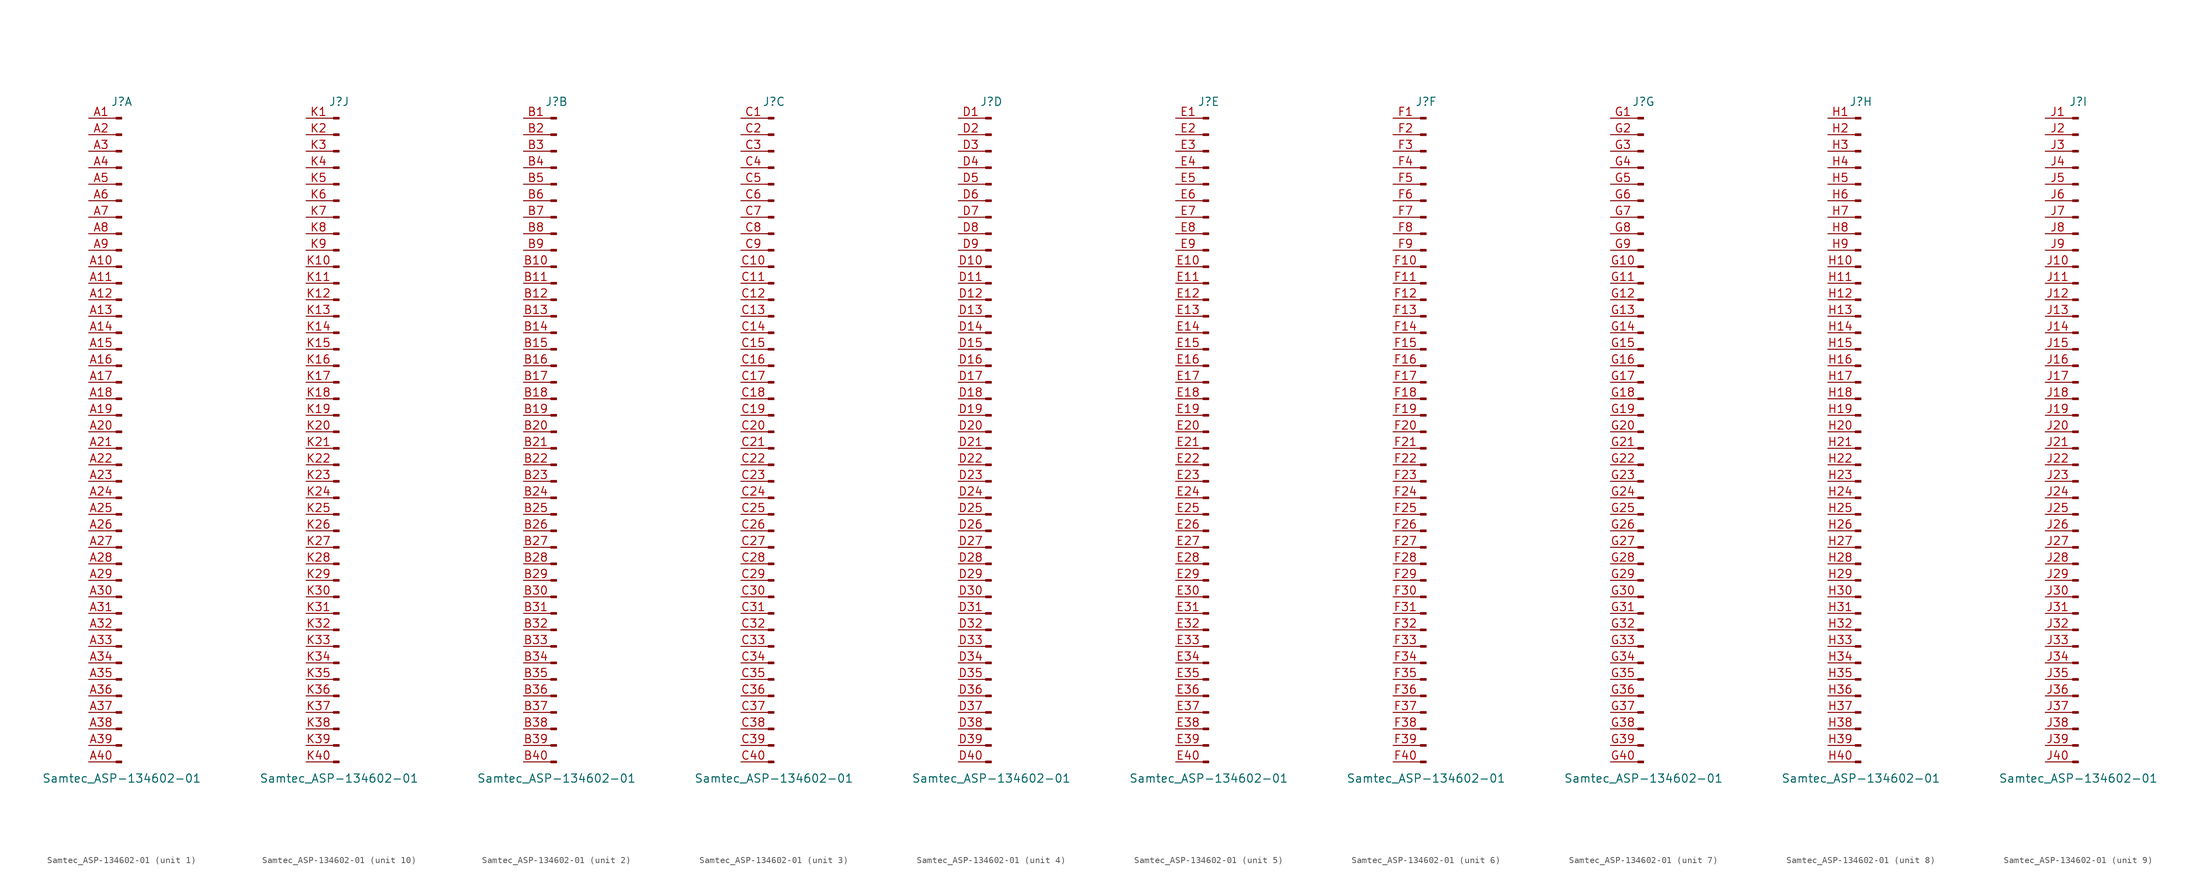
<source format=kicad_sym>
(kicad_symbol_lib
  (version 20201005)
  (generator kicad_symbol_editor)
  (symbol "Connector:Samtec_ASP-134602-01"
    (pin_names
      (offset 1.016) hide)
    (property "Reference" "J"
      (at 0 50.8 0)
      (effects (font (size 1.27 1.27))))
    (property "Value" "Samtec_ASP-134602-01"
      (at 0 -53.34 0)
      (effects (font (size 1.27 1.27))))
    (symbol "Samtec_ASP-134602-01_1_1"
      (rectangle (start -0.864 -50.673) (end 0 -50.927) (stroke (width 0.152)) (fill (type outline)))
      (rectangle (start -0.864 -48.133) (end 0 -48.387) (stroke (width 0.152)) (fill (type outline)))
      (rectangle (start -0.864 -45.593) (end 0 -45.847) (stroke (width 0.152)) (fill (type outline)))
      (rectangle (start -0.864 -43.053) (end 0 -43.307) (stroke (width 0.152)) (fill (type outline)))
      (rectangle (start -0.864 -40.513) (end 0 -40.767) (stroke (width 0.152)) (fill (type outline)))
      (rectangle (start -0.864 -37.973) (end 0 -38.227) (stroke (width 0.152)) (fill (type outline)))
      (rectangle (start -0.864 -35.433) (end 0 -35.687) (stroke (width 0.152)) (fill (type outline)))
      (rectangle (start -0.864 -32.893) (end 0 -33.147) (stroke (width 0.152)) (fill (type outline)))
      (rectangle (start -0.864 -30.353) (end 0 -30.607) (stroke (width 0.152)) (fill (type outline)))
      (rectangle (start -0.864 -27.813) (end 0 -28.067) (stroke (width 0.152)) (fill (type outline)))
      (rectangle (start -0.864 -25.273) (end 0 -25.527) (stroke (width 0.152)) (fill (type outline)))
      (rectangle (start -0.864 -22.733) (end 0 -22.987) (stroke (width 0.152)) (fill (type outline)))
      (rectangle (start -0.864 -20.193) (end 0 -20.447) (stroke (width 0.152)) (fill (type outline)))
      (rectangle (start -0.864 -17.653) (end 0 -17.907) (stroke (width 0.152)) (fill (type outline)))
      (rectangle (start -0.864 -15.113) (end 0 -15.367) (stroke (width 0.152)) (fill (type outline)))
      (rectangle (start -0.864 -12.573) (end 0 -12.827) (stroke (width 0.152)) (fill (type outline)))
      (rectangle (start -0.864 -10.033) (end 0 -10.287) (stroke (width 0.152)) (fill (type outline)))
      (rectangle (start -0.864 -7.493) (end 0 -7.747) (stroke (width 0.152)) (fill (type outline)))
      (rectangle (start -0.864 -4.953) (end 0 -5.207) (stroke (width 0.152)) (fill (type outline)))
      (rectangle (start -0.864 -2.413) (end 0 -2.667) (stroke (width 0.152)) (fill (type outline)))
      (rectangle (start -0.864 0.127) (end 0 -0.127) (stroke (width 0.152)) (fill (type outline)))
      (rectangle (start -0.864 2.667) (end 0 2.413) (stroke (width 0.152)) (fill (type outline)))
      (rectangle (start -0.864 5.207) (end 0 4.953) (stroke (width 0.152)) (fill (type outline)))
      (rectangle (start -0.864 7.747) (end 0 7.493) (stroke (width 0.152)) (fill (type outline)))
      (rectangle (start -0.864 10.287) (end 0 10.033) (stroke (width 0.152)) (fill (type outline)))
      (rectangle (start -0.864 12.827) (end 0 12.573) (stroke (width 0.152)) (fill (type outline)))
      (rectangle (start -0.864 15.367) (end 0 15.113) (stroke (width 0.152)) (fill (type outline)))
      (rectangle (start -0.864 17.907) (end 0 17.653) (stroke (width 0.152)) (fill (type outline)))
      (rectangle (start -0.864 20.447) (end 0 20.193) (stroke (width 0.152)) (fill (type outline)))
      (rectangle (start -0.864 22.987) (end 0 22.733) (stroke (width 0.152)) (fill (type outline)))
      (rectangle (start -0.864 25.527) (end 0 25.273) (stroke (width 0.152)) (fill (type outline)))
      (rectangle (start -0.864 28.067) (end 0 27.813) (stroke (width 0.152)) (fill (type outline)))
      (rectangle (start -0.864 30.607) (end 0 30.353) (stroke (width 0.152)) (fill (type outline)))
      (rectangle (start -0.864 33.147) (end 0 32.893) (stroke (width 0.152)) (fill (type outline)))
      (rectangle (start -0.864 35.687) (end 0 35.433) (stroke (width 0.152)) (fill (type outline)))
      (rectangle (start -0.864 38.227) (end 0 37.973) (stroke (width 0.152)) (fill (type outline)))
      (rectangle (start -0.864 40.767) (end 0 40.513) (stroke (width 0.152)) (fill (type outline)))
      (rectangle (start -0.864 43.307) (end 0 43.053) (stroke (width 0.152)) (fill (type outline)))
      (rectangle (start -0.864 45.847) (end 0 45.593) (stroke (width 0.152)) (fill (type outline)))
      (rectangle (start -0.864 48.387) (end 0 48.133) (stroke (width 0.152)) (fill (type outline)))
      (polyline (pts (xy -1.27 -50.8) (xy -0.864 -50.8)) (stroke (width 0.152)) (fill (type none)))
      (polyline (pts (xy -1.27 -48.26) (xy -0.864 -48.26)) (stroke (width 0.152)) (fill (type none)))
      (polyline (pts (xy -1.27 -45.72) (xy -0.864 -45.72)) (stroke (width 0.152)) (fill (type none)))
      (polyline (pts (xy -1.27 -43.18) (xy -0.864 -43.18)) (stroke (width 0.152)) (fill (type none)))
      (polyline (pts (xy -1.27 -40.64) (xy -0.864 -40.64)) (stroke (width 0.152)) (fill (type none)))
      (polyline (pts (xy -1.27 -38.1) (xy -0.864 -38.1)) (stroke (width 0.152)) (fill (type none)))
      (polyline (pts (xy -1.27 -35.56) (xy -0.864 -35.56)) (stroke (width 0.152)) (fill (type none)))
      (polyline (pts (xy -1.27 -33.02) (xy -0.864 -33.02)) (stroke (width 0.152)) (fill (type none)))
      (polyline (pts (xy -1.27 -30.48) (xy -0.864 -30.48)) (stroke (width 0.152)) (fill (type none)))
      (polyline (pts (xy -1.27 -27.94) (xy -0.864 -27.94)) (stroke (width 0.152)) (fill (type none)))
      (polyline (pts (xy -1.27 -25.4) (xy -0.864 -25.4)) (stroke (width 0.152)) (fill (type none)))
      (polyline (pts (xy -1.27 -22.86) (xy -0.864 -22.86)) (stroke (width 0.152)) (fill (type none)))
      (polyline (pts (xy -1.27 -20.32) (xy -0.864 -20.32)) (stroke (width 0.152)) (fill (type none)))
      (polyline (pts (xy -1.27 -17.78) (xy -0.864 -17.78)) (stroke (width 0.152)) (fill (type none)))
      (polyline (pts (xy -1.27 -15.24) (xy -0.864 -15.24)) (stroke (width 0.152)) (fill (type none)))
      (polyline (pts (xy -1.27 -12.7) (xy -0.864 -12.7)) (stroke (width 0.152)) (fill (type none)))
      (polyline (pts (xy -1.27 -10.16) (xy -0.864 -10.16)) (stroke (width 0.152)) (fill (type none)))
      (polyline (pts (xy -1.27 -7.62) (xy -0.864 -7.62)) (stroke (width 0.152)) (fill (type none)))
      (polyline (pts (xy -1.27 -5.08) (xy -0.864 -5.08)) (stroke (width 0.152)) (fill (type none)))
      (polyline (pts (xy -1.27 -2.54) (xy -0.864 -2.54)) (stroke (width 0.152)) (fill (type none)))
      (polyline (pts (xy -1.27 0) (xy -0.864 0)) (stroke (width 0.152)) (fill (type none)))
      (polyline (pts (xy -1.27 2.54) (xy -0.864 2.54)) (stroke (width 0.152)) (fill (type none)))
      (polyline (pts (xy -1.27 5.08) (xy -0.864 5.08)) (stroke (width 0.152)) (fill (type none)))
      (polyline (pts (xy -1.27 7.62) (xy -0.864 7.62)) (stroke (width 0.152)) (fill (type none)))
      (polyline (pts (xy -1.27 10.16) (xy -0.864 10.16)) (stroke (width 0.152)) (fill (type none)))
      (polyline (pts (xy -1.27 12.7) (xy -0.864 12.7)) (stroke (width 0.152)) (fill (type none)))
      (polyline (pts (xy -1.27 15.24) (xy -0.864 15.24)) (stroke (width 0.152)) (fill (type none)))
      (polyline (pts (xy -1.27 17.78) (xy -0.864 17.78)) (stroke (width 0.152)) (fill (type none)))
      (polyline (pts (xy -1.27 20.32) (xy -0.864 20.32)) (stroke (width 0.152)) (fill (type none)))
      (polyline (pts (xy -1.27 22.86) (xy -0.864 22.86)) (stroke (width 0.152)) (fill (type none)))
      (polyline (pts (xy -1.27 25.4) (xy -0.864 25.4)) (stroke (width 0.152)) (fill (type none)))
      (polyline (pts (xy -1.27 27.94) (xy -0.864 27.94)) (stroke (width 0.152)) (fill (type none)))
      (polyline (pts (xy -1.27 30.48) (xy -0.864 30.48)) (stroke (width 0.152)) (fill (type none)))
      (polyline (pts (xy -1.27 33.02) (xy -0.864 33.02)) (stroke (width 0.152)) (fill (type none)))
      (polyline (pts (xy -1.27 35.56) (xy -0.864 35.56)) (stroke (width 0.152)) (fill (type none)))
      (polyline (pts (xy -1.27 38.1) (xy -0.864 38.1)) (stroke (width 0.152)) (fill (type none)))
      (polyline (pts (xy -1.27 40.64) (xy -0.864 40.64)) (stroke (width 0.152)) (fill (type none)))
      (polyline (pts (xy -1.27 43.18) (xy -0.864 43.18)) (stroke (width 0.152)) (fill (type none)))
      (polyline (pts (xy -1.27 45.72) (xy -0.864 45.72)) (stroke (width 0.152)) (fill (type none)))
      (polyline (pts (xy -1.27 48.26) (xy -0.864 48.26)) (stroke (width 0.152)) (fill (type none)))
      (pin passive line (at -5.08 48.26 0) (length 3.81) (name "Pin_1" (effects (font (size 1.27 1.27)))) (number "A1" (effects (font (size 1.27 1.27)))))
      (pin passive line (at -5.08 25.4 0) (length 3.81) (name "Pin_10" (effects (font (size 1.27 1.27)))) (number "A10" (effects (font (size 1.27 1.27)))))
      (pin passive line (at -5.08 22.86 0) (length 3.81) (name "Pin_11" (effects (font (size 1.27 1.27)))) (number "A11" (effects (font (size 1.27 1.27)))))
      (pin passive line (at -5.08 20.32 0) (length 3.81) (name "Pin_12" (effects (font (size 1.27 1.27)))) (number "A12" (effects (font (size 1.27 1.27)))))
      (pin passive line (at -5.08 17.78 0) (length 3.81) (name "Pin_13" (effects (font (size 1.27 1.27)))) (number "A13" (effects (font (size 1.27 1.27)))))
      (pin passive line (at -5.08 15.24 0) (length 3.81) (name "Pin_14" (effects (font (size 1.27 1.27)))) (number "A14" (effects (font (size 1.27 1.27)))))
      (pin passive line (at -5.08 12.7 0) (length 3.81) (name "Pin_15" (effects (font (size 1.27 1.27)))) (number "A15" (effects (font (size 1.27 1.27)))))
      (pin passive line (at -5.08 10.16 0) (length 3.81) (name "Pin_16" (effects (font (size 1.27 1.27)))) (number "A16" (effects (font (size 1.27 1.27)))))
      (pin passive line (at -5.08 7.62 0) (length 3.81) (name "Pin_17" (effects (font (size 1.27 1.27)))) (number "A17" (effects (font (size 1.27 1.27)))))
      (pin passive line (at -5.08 5.08 0) (length 3.81) (name "Pin_18" (effects (font (size 1.27 1.27)))) (number "A18" (effects (font (size 1.27 1.27)))))
      (pin passive line (at -5.08 2.54 0) (length 3.81) (name "Pin_19" (effects (font (size 1.27 1.27)))) (number "A19" (effects (font (size 1.27 1.27)))))
      (pin passive line (at -5.08 45.72 0) (length 3.81) (name "Pin_2" (effects (font (size 1.27 1.27)))) (number "A2" (effects (font (size 1.27 1.27)))))
      (pin passive line (at -5.08 0 0) (length 3.81) (name "Pin_20" (effects (font (size 1.27 1.27)))) (number "A20" (effects (font (size 1.27 1.27)))))
      (pin passive line (at -5.08 -2.54 0) (length 3.81) (name "Pin_21" (effects (font (size 1.27 1.27)))) (number "A21" (effects (font (size 1.27 1.27)))))
      (pin passive line (at -5.08 -5.08 0) (length 3.81) (name "Pin_22" (effects (font (size 1.27 1.27)))) (number "A22" (effects (font (size 1.27 1.27)))))
      (pin passive line (at -5.08 -7.62 0) (length 3.81) (name "Pin_23" (effects (font (size 1.27 1.27)))) (number "A23" (effects (font (size 1.27 1.27)))))
      (pin passive line (at -5.08 -10.16 0) (length 3.81) (name "Pin_24" (effects (font (size 1.27 1.27)))) (number "A24" (effects (font (size 1.27 1.27)))))
      (pin passive line (at -5.08 -12.7 0) (length 3.81) (name "Pin_25" (effects (font (size 1.27 1.27)))) (number "A25" (effects (font (size 1.27 1.27)))))
      (pin passive line (at -5.08 -15.24 0) (length 3.81) (name "Pin_26" (effects (font (size 1.27 1.27)))) (number "A26" (effects (font (size 1.27 1.27)))))
      (pin passive line (at -5.08 -17.78 0) (length 3.81) (name "Pin_27" (effects (font (size 1.27 1.27)))) (number "A27" (effects (font (size 1.27 1.27)))))
      (pin passive line (at -5.08 -20.32 0) (length 3.81) (name "Pin_28" (effects (font (size 1.27 1.27)))) (number "A28" (effects (font (size 1.27 1.27)))))
      (pin passive line (at -5.08 -22.86 0) (length 3.81) (name "Pin_29" (effects (font (size 1.27 1.27)))) (number "A29" (effects (font (size 1.27 1.27)))))
      (pin passive line (at -5.08 43.18 0) (length 3.81) (name "Pin_3" (effects (font (size 1.27 1.27)))) (number "A3" (effects (font (size 1.27 1.27)))))
      (pin passive line (at -5.08 -25.4 0) (length 3.81) (name "Pin_30" (effects (font (size 1.27 1.27)))) (number "A30" (effects (font (size 1.27 1.27)))))
      (pin passive line (at -5.08 -27.94 0) (length 3.81) (name "Pin_31" (effects (font (size 1.27 1.27)))) (number "A31" (effects (font (size 1.27 1.27)))))
      (pin passive line (at -5.08 -30.48 0) (length 3.81) (name "Pin_32" (effects (font (size 1.27 1.27)))) (number "A32" (effects (font (size 1.27 1.27)))))
      (pin passive line (at -5.08 -33.02 0) (length 3.81) (name "Pin_33" (effects (font (size 1.27 1.27)))) (number "A33" (effects (font (size 1.27 1.27)))))
      (pin passive line (at -5.08 -35.56 0) (length 3.81) (name "Pin_34" (effects (font (size 1.27 1.27)))) (number "A34" (effects (font (size 1.27 1.27)))))
      (pin passive line (at -5.08 -38.1 0) (length 3.81) (name "Pin_35" (effects (font (size 1.27 1.27)))) (number "A35" (effects (font (size 1.27 1.27)))))
      (pin passive line (at -5.08 -40.64 0) (length 3.81) (name "Pin_36" (effects (font (size 1.27 1.27)))) (number "A36" (effects (font (size 1.27 1.27)))))
      (pin passive line (at -5.08 -43.18 0) (length 3.81) (name "Pin_37" (effects (font (size 1.27 1.27)))) (number "A37" (effects (font (size 1.27 1.27)))))
      (pin passive line (at -5.08 -45.72 0) (length 3.81) (name "Pin_38" (effects (font (size 1.27 1.27)))) (number "A38" (effects (font (size 1.27 1.27)))))
      (pin passive line (at -5.08 -48.26 0) (length 3.81) (name "Pin_39" (effects (font (size 1.27 1.27)))) (number "A39" (effects (font (size 1.27 1.27)))))
      (pin passive line (at -5.08 40.64 0) (length 3.81) (name "Pin_4" (effects (font (size 1.27 1.27)))) (number "A4" (effects (font (size 1.27 1.27)))))
      (pin passive line (at -5.08 -50.8 0) (length 3.81) (name "Pin_40" (effects (font (size 1.27 1.27)))) (number "A40" (effects (font (size 1.27 1.27)))))
      (pin passive line (at -5.08 38.1 0) (length 3.81) (name "Pin_5" (effects (font (size 1.27 1.27)))) (number "A5" (effects (font (size 1.27 1.27)))))
      (pin passive line (at -5.08 35.56 0) (length 3.81) (name "Pin_6" (effects (font (size 1.27 1.27)))) (number "A6" (effects (font (size 1.27 1.27)))))
      (pin passive line (at -5.08 33.02 0) (length 3.81) (name "Pin_7" (effects (font (size 1.27 1.27)))) (number "A7" (effects (font (size 1.27 1.27)))))
      (pin passive line (at -5.08 30.48 0) (length 3.81) (name "Pin_8" (effects (font (size 1.27 1.27)))) (number "A8" (effects (font (size 1.27 1.27)))))
      (pin passive line (at -5.08 27.94 0) (length 3.81) (name "Pin_9" (effects (font (size 1.27 1.27)))) (number "A9" (effects (font (size 1.27 1.27))))))
    (symbol "Samtec_ASP-134602-01_2_1"
      (rectangle (start -0.864 -50.673) (end 0 -50.927) (stroke (width 0.152)) (fill (type outline)))
      (rectangle (start -0.864 -48.133) (end 0 -48.387) (stroke (width 0.152)) (fill (type outline)))
      (rectangle (start -0.864 -45.593) (end 0 -45.847) (stroke (width 0.152)) (fill (type outline)))
      (rectangle (start -0.864 -43.053) (end 0 -43.307) (stroke (width 0.152)) (fill (type outline)))
      (rectangle (start -0.864 -40.513) (end 0 -40.767) (stroke (width 0.152)) (fill (type outline)))
      (rectangle (start -0.864 -37.973) (end 0 -38.227) (stroke (width 0.152)) (fill (type outline)))
      (rectangle (start -0.864 -35.433) (end 0 -35.687) (stroke (width 0.152)) (fill (type outline)))
      (rectangle (start -0.864 -32.893) (end 0 -33.147) (stroke (width 0.152)) (fill (type outline)))
      (rectangle (start -0.864 -30.353) (end 0 -30.607) (stroke (width 0.152)) (fill (type outline)))
      (rectangle (start -0.864 -27.813) (end 0 -28.067) (stroke (width 0.152)) (fill (type outline)))
      (rectangle (start -0.864 -25.273) (end 0 -25.527) (stroke (width 0.152)) (fill (type outline)))
      (rectangle (start -0.864 -22.733) (end 0 -22.987) (stroke (width 0.152)) (fill (type outline)))
      (rectangle (start -0.864 -20.193) (end 0 -20.447) (stroke (width 0.152)) (fill (type outline)))
      (rectangle (start -0.864 -17.653) (end 0 -17.907) (stroke (width 0.152)) (fill (type outline)))
      (rectangle (start -0.864 -15.113) (end 0 -15.367) (stroke (width 0.152)) (fill (type outline)))
      (rectangle (start -0.864 -12.573) (end 0 -12.827) (stroke (width 0.152)) (fill (type outline)))
      (rectangle (start -0.864 -10.033) (end 0 -10.287) (stroke (width 0.152)) (fill (type outline)))
      (rectangle (start -0.864 -7.493) (end 0 -7.747) (stroke (width 0.152)) (fill (type outline)))
      (rectangle (start -0.864 -4.953) (end 0 -5.207) (stroke (width 0.152)) (fill (type outline)))
      (rectangle (start -0.864 -2.413) (end 0 -2.667) (stroke (width 0.152)) (fill (type outline)))
      (rectangle (start -0.864 0.127) (end 0 -0.127) (stroke (width 0.152)) (fill (type outline)))
      (rectangle (start -0.864 2.667) (end 0 2.413) (stroke (width 0.152)) (fill (type outline)))
      (rectangle (start -0.864 5.207) (end 0 4.953) (stroke (width 0.152)) (fill (type outline)))
      (rectangle (start -0.864 7.747) (end 0 7.493) (stroke (width 0.152)) (fill (type outline)))
      (rectangle (start -0.864 10.287) (end 0 10.033) (stroke (width 0.152)) (fill (type outline)))
      (rectangle (start -0.864 12.827) (end 0 12.573) (stroke (width 0.152)) (fill (type outline)))
      (rectangle (start -0.864 15.367) (end 0 15.113) (stroke (width 0.152)) (fill (type outline)))
      (rectangle (start -0.864 17.907) (end 0 17.653) (stroke (width 0.152)) (fill (type outline)))
      (rectangle (start -0.864 20.447) (end 0 20.193) (stroke (width 0.152)) (fill (type outline)))
      (rectangle (start -0.864 22.987) (end 0 22.733) (stroke (width 0.152)) (fill (type outline)))
      (rectangle (start -0.864 25.527) (end 0 25.273) (stroke (width 0.152)) (fill (type outline)))
      (rectangle (start -0.864 28.067) (end 0 27.813) (stroke (width 0.152)) (fill (type outline)))
      (rectangle (start -0.864 30.607) (end 0 30.353) (stroke (width 0.152)) (fill (type outline)))
      (rectangle (start -0.864 33.147) (end 0 32.893) (stroke (width 0.152)) (fill (type outline)))
      (rectangle (start -0.864 35.687) (end 0 35.433) (stroke (width 0.152)) (fill (type outline)))
      (rectangle (start -0.864 38.227) (end 0 37.973) (stroke (width 0.152)) (fill (type outline)))
      (rectangle (start -0.864 40.767) (end 0 40.513) (stroke (width 0.152)) (fill (type outline)))
      (rectangle (start -0.864 43.307) (end 0 43.053) (stroke (width 0.152)) (fill (type outline)))
      (rectangle (start -0.864 45.847) (end 0 45.593) (stroke (width 0.152)) (fill (type outline)))
      (rectangle (start -0.864 48.387) (end 0 48.133) (stroke (width 0.152)) (fill (type outline)))
      (polyline (pts (xy -1.27 -50.8) (xy -0.864 -50.8)) (stroke (width 0.152)) (fill (type none)))
      (polyline (pts (xy -1.27 -48.26) (xy -0.864 -48.26)) (stroke (width 0.152)) (fill (type none)))
      (polyline (pts (xy -1.27 -45.72) (xy -0.864 -45.72)) (stroke (width 0.152)) (fill (type none)))
      (polyline (pts (xy -1.27 -43.18) (xy -0.864 -43.18)) (stroke (width 0.152)) (fill (type none)))
      (polyline (pts (xy -1.27 -40.64) (xy -0.864 -40.64)) (stroke (width 0.152)) (fill (type none)))
      (polyline (pts (xy -1.27 -38.1) (xy -0.864 -38.1)) (stroke (width 0.152)) (fill (type none)))
      (polyline (pts (xy -1.27 -35.56) (xy -0.864 -35.56)) (stroke (width 0.152)) (fill (type none)))
      (polyline (pts (xy -1.27 -33.02) (xy -0.864 -33.02)) (stroke (width 0.152)) (fill (type none)))
      (polyline (pts (xy -1.27 -30.48) (xy -0.864 -30.48)) (stroke (width 0.152)) (fill (type none)))
      (polyline (pts (xy -1.27 -27.94) (xy -0.864 -27.94)) (stroke (width 0.152)) (fill (type none)))
      (polyline (pts (xy -1.27 -25.4) (xy -0.864 -25.4)) (stroke (width 0.152)) (fill (type none)))
      (polyline (pts (xy -1.27 -22.86) (xy -0.864 -22.86)) (stroke (width 0.152)) (fill (type none)))
      (polyline (pts (xy -1.27 -20.32) (xy -0.864 -20.32)) (stroke (width 0.152)) (fill (type none)))
      (polyline (pts (xy -1.27 -17.78) (xy -0.864 -17.78)) (stroke (width 0.152)) (fill (type none)))
      (polyline (pts (xy -1.27 -15.24) (xy -0.864 -15.24)) (stroke (width 0.152)) (fill (type none)))
      (polyline (pts (xy -1.27 -12.7) (xy -0.864 -12.7)) (stroke (width 0.152)) (fill (type none)))
      (polyline (pts (xy -1.27 -10.16) (xy -0.864 -10.16)) (stroke (width 0.152)) (fill (type none)))
      (polyline (pts (xy -1.27 -7.62) (xy -0.864 -7.62)) (stroke (width 0.152)) (fill (type none)))
      (polyline (pts (xy -1.27 -5.08) (xy -0.864 -5.08)) (stroke (width 0.152)) (fill (type none)))
      (polyline (pts (xy -1.27 -2.54) (xy -0.864 -2.54)) (stroke (width 0.152)) (fill (type none)))
      (polyline (pts (xy -1.27 0) (xy -0.864 0)) (stroke (width 0.152)) (fill (type none)))
      (polyline (pts (xy -1.27 2.54) (xy -0.864 2.54)) (stroke (width 0.152)) (fill (type none)))
      (polyline (pts (xy -1.27 5.08) (xy -0.864 5.08)) (stroke (width 0.152)) (fill (type none)))
      (polyline (pts (xy -1.27 7.62) (xy -0.864 7.62)) (stroke (width 0.152)) (fill (type none)))
      (polyline (pts (xy -1.27 10.16) (xy -0.864 10.16)) (stroke (width 0.152)) (fill (type none)))
      (polyline (pts (xy -1.27 12.7) (xy -0.864 12.7)) (stroke (width 0.152)) (fill (type none)))
      (polyline (pts (xy -1.27 15.24) (xy -0.864 15.24)) (stroke (width 0.152)) (fill (type none)))
      (polyline (pts (xy -1.27 17.78) (xy -0.864 17.78)) (stroke (width 0.152)) (fill (type none)))
      (polyline (pts (xy -1.27 20.32) (xy -0.864 20.32)) (stroke (width 0.152)) (fill (type none)))
      (polyline (pts (xy -1.27 22.86) (xy -0.864 22.86)) (stroke (width 0.152)) (fill (type none)))
      (polyline (pts (xy -1.27 25.4) (xy -0.864 25.4)) (stroke (width 0.152)) (fill (type none)))
      (polyline (pts (xy -1.27 27.94) (xy -0.864 27.94)) (stroke (width 0.152)) (fill (type none)))
      (polyline (pts (xy -1.27 30.48) (xy -0.864 30.48)) (stroke (width 0.152)) (fill (type none)))
      (polyline (pts (xy -1.27 33.02) (xy -0.864 33.02)) (stroke (width 0.152)) (fill (type none)))
      (polyline (pts (xy -1.27 35.56) (xy -0.864 35.56)) (stroke (width 0.152)) (fill (type none)))
      (polyline (pts (xy -1.27 38.1) (xy -0.864 38.1)) (stroke (width 0.152)) (fill (type none)))
      (polyline (pts (xy -1.27 40.64) (xy -0.864 40.64)) (stroke (width 0.152)) (fill (type none)))
      (polyline (pts (xy -1.27 43.18) (xy -0.864 43.18)) (stroke (width 0.152)) (fill (type none)))
      (polyline (pts (xy -1.27 45.72) (xy -0.864 45.72)) (stroke (width 0.152)) (fill (type none)))
      (polyline (pts (xy -1.27 48.26) (xy -0.864 48.26)) (stroke (width 0.152)) (fill (type none)))
      (pin passive line (at -5.08 48.26 0) (length 3.81) (name "Pin_1" (effects (font (size 1.27 1.27)))) (number "B1" (effects (font (size 1.27 1.27)))))
      (pin passive line (at -5.08 25.4 0) (length 3.81) (name "Pin_10" (effects (font (size 1.27 1.27)))) (number "B10" (effects (font (size 1.27 1.27)))))
      (pin passive line (at -5.08 22.86 0) (length 3.81) (name "Pin_11" (effects (font (size 1.27 1.27)))) (number "B11" (effects (font (size 1.27 1.27)))))
      (pin passive line (at -5.08 20.32 0) (length 3.81) (name "Pin_12" (effects (font (size 1.27 1.27)))) (number "B12" (effects (font (size 1.27 1.27)))))
      (pin passive line (at -5.08 17.78 0) (length 3.81) (name "Pin_13" (effects (font (size 1.27 1.27)))) (number "B13" (effects (font (size 1.27 1.27)))))
      (pin passive line (at -5.08 15.24 0) (length 3.81) (name "Pin_14" (effects (font (size 1.27 1.27)))) (number "B14" (effects (font (size 1.27 1.27)))))
      (pin passive line (at -5.08 12.7 0) (length 3.81) (name "Pin_15" (effects (font (size 1.27 1.27)))) (number "B15" (effects (font (size 1.27 1.27)))))
      (pin passive line (at -5.08 10.16 0) (length 3.81) (name "Pin_16" (effects (font (size 1.27 1.27)))) (number "B16" (effects (font (size 1.27 1.27)))))
      (pin passive line (at -5.08 7.62 0) (length 3.81) (name "Pin_17" (effects (font (size 1.27 1.27)))) (number "B17" (effects (font (size 1.27 1.27)))))
      (pin passive line (at -5.08 5.08 0) (length 3.81) (name "Pin_18" (effects (font (size 1.27 1.27)))) (number "B18" (effects (font (size 1.27 1.27)))))
      (pin passive line (at -5.08 2.54 0) (length 3.81) (name "Pin_19" (effects (font (size 1.27 1.27)))) (number "B19" (effects (font (size 1.27 1.27)))))
      (pin passive line (at -5.08 45.72 0) (length 3.81) (name "Pin_2" (effects (font (size 1.27 1.27)))) (number "B2" (effects (font (size 1.27 1.27)))))
      (pin passive line (at -5.08 0 0) (length 3.81) (name "Pin_20" (effects (font (size 1.27 1.27)))) (number "B20" (effects (font (size 1.27 1.27)))))
      (pin passive line (at -5.08 -2.54 0) (length 3.81) (name "Pin_21" (effects (font (size 1.27 1.27)))) (number "B21" (effects (font (size 1.27 1.27)))))
      (pin passive line (at -5.08 -5.08 0) (length 3.81) (name "Pin_22" (effects (font (size 1.27 1.27)))) (number "B22" (effects (font (size 1.27 1.27)))))
      (pin passive line (at -5.08 -7.62 0) (length 3.81) (name "Pin_23" (effects (font (size 1.27 1.27)))) (number "B23" (effects (font (size 1.27 1.27)))))
      (pin passive line (at -5.08 -10.16 0) (length 3.81) (name "Pin_24" (effects (font (size 1.27 1.27)))) (number "B24" (effects (font (size 1.27 1.27)))))
      (pin passive line (at -5.08 -12.7 0) (length 3.81) (name "Pin_25" (effects (font (size 1.27 1.27)))) (number "B25" (effects (font (size 1.27 1.27)))))
      (pin passive line (at -5.08 -15.24 0) (length 3.81) (name "Pin_26" (effects (font (size 1.27 1.27)))) (number "B26" (effects (font (size 1.27 1.27)))))
      (pin passive line (at -5.08 -17.78 0) (length 3.81) (name "Pin_27" (effects (font (size 1.27 1.27)))) (number "B27" (effects (font (size 1.27 1.27)))))
      (pin passive line (at -5.08 -20.32 0) (length 3.81) (name "Pin_28" (effects (font (size 1.27 1.27)))) (number "B28" (effects (font (size 1.27 1.27)))))
      (pin passive line (at -5.08 -22.86 0) (length 3.81) (name "Pin_29" (effects (font (size 1.27 1.27)))) (number "B29" (effects (font (size 1.27 1.27)))))
      (pin passive line (at -5.08 43.18 0) (length 3.81) (name "Pin_3" (effects (font (size 1.27 1.27)))) (number "B3" (effects (font (size 1.27 1.27)))))
      (pin passive line (at -5.08 -25.4 0) (length 3.81) (name "Pin_30" (effects (font (size 1.27 1.27)))) (number "B30" (effects (font (size 1.27 1.27)))))
      (pin passive line (at -5.08 -27.94 0) (length 3.81) (name "Pin_31" (effects (font (size 1.27 1.27)))) (number "B31" (effects (font (size 1.27 1.27)))))
      (pin passive line (at -5.08 -30.48 0) (length 3.81) (name "Pin_32" (effects (font (size 1.27 1.27)))) (number "B32" (effects (font (size 1.27 1.27)))))
      (pin passive line (at -5.08 -33.02 0) (length 3.81) (name "Pin_33" (effects (font (size 1.27 1.27)))) (number "B33" (effects (font (size 1.27 1.27)))))
      (pin passive line (at -5.08 -35.56 0) (length 3.81) (name "Pin_34" (effects (font (size 1.27 1.27)))) (number "B34" (effects (font (size 1.27 1.27)))))
      (pin passive line (at -5.08 -38.1 0) (length 3.81) (name "Pin_35" (effects (font (size 1.27 1.27)))) (number "B35" (effects (font (size 1.27 1.27)))))
      (pin passive line (at -5.08 -40.64 0) (length 3.81) (name "Pin_36" (effects (font (size 1.27 1.27)))) (number "B36" (effects (font (size 1.27 1.27)))))
      (pin passive line (at -5.08 -43.18 0) (length 3.81) (name "Pin_37" (effects (font (size 1.27 1.27)))) (number "B37" (effects (font (size 1.27 1.27)))))
      (pin passive line (at -5.08 -45.72 0) (length 3.81) (name "Pin_38" (effects (font (size 1.27 1.27)))) (number "B38" (effects (font (size 1.27 1.27)))))
      (pin passive line (at -5.08 -48.26 0) (length 3.81) (name "Pin_39" (effects (font (size 1.27 1.27)))) (number "B39" (effects (font (size 1.27 1.27)))))
      (pin passive line (at -5.08 40.64 0) (length 3.81) (name "Pin_4" (effects (font (size 1.27 1.27)))) (number "B4" (effects (font (size 1.27 1.27)))))
      (pin passive line (at -5.08 -50.8 0) (length 3.81) (name "Pin_40" (effects (font (size 1.27 1.27)))) (number "B40" (effects (font (size 1.27 1.27)))))
      (pin passive line (at -5.08 38.1 0) (length 3.81) (name "Pin_5" (effects (font (size 1.27 1.27)))) (number "B5" (effects (font (size 1.27 1.27)))))
      (pin passive line (at -5.08 35.56 0) (length 3.81) (name "Pin_6" (effects (font (size 1.27 1.27)))) (number "B6" (effects (font (size 1.27 1.27)))))
      (pin passive line (at -5.08 33.02 0) (length 3.81) (name "Pin_7" (effects (font (size 1.27 1.27)))) (number "B7" (effects (font (size 1.27 1.27)))))
      (pin passive line (at -5.08 30.48 0) (length 3.81) (name "Pin_8" (effects (font (size 1.27 1.27)))) (number "B8" (effects (font (size 1.27 1.27)))))
      (pin passive line (at -5.08 27.94 0) (length 3.81) (name "Pin_9" (effects (font (size 1.27 1.27)))) (number "B9" (effects (font (size 1.27 1.27))))))
    (symbol "Samtec_ASP-134602-01_3_1"
      (rectangle (start -0.864 -50.673) (end 0 -50.927) (stroke (width 0.152)) (fill (type outline)))
      (rectangle (start -0.864 -48.133) (end 0 -48.387) (stroke (width 0.152)) (fill (type outline)))
      (rectangle (start -0.864 -45.593) (end 0 -45.847) (stroke (width 0.152)) (fill (type outline)))
      (rectangle (start -0.864 -43.053) (end 0 -43.307) (stroke (width 0.152)) (fill (type outline)))
      (rectangle (start -0.864 -40.513) (end 0 -40.767) (stroke (width 0.152)) (fill (type outline)))
      (rectangle (start -0.864 -37.973) (end 0 -38.227) (stroke (width 0.152)) (fill (type outline)))
      (rectangle (start -0.864 -35.433) (end 0 -35.687) (stroke (width 0.152)) (fill (type outline)))
      (rectangle (start -0.864 -32.893) (end 0 -33.147) (stroke (width 0.152)) (fill (type outline)))
      (rectangle (start -0.864 -30.353) (end 0 -30.607) (stroke (width 0.152)) (fill (type outline)))
      (rectangle (start -0.864 -27.813) (end 0 -28.067) (stroke (width 0.152)) (fill (type outline)))
      (rectangle (start -0.864 -25.273) (end 0 -25.527) (stroke (width 0.152)) (fill (type outline)))
      (rectangle (start -0.864 -22.733) (end 0 -22.987) (stroke (width 0.152)) (fill (type outline)))
      (rectangle (start -0.864 -20.193) (end 0 -20.447) (stroke (width 0.152)) (fill (type outline)))
      (rectangle (start -0.864 -17.653) (end 0 -17.907) (stroke (width 0.152)) (fill (type outline)))
      (rectangle (start -0.864 -15.113) (end 0 -15.367) (stroke (width 0.152)) (fill (type outline)))
      (rectangle (start -0.864 -12.573) (end 0 -12.827) (stroke (width 0.152)) (fill (type outline)))
      (rectangle (start -0.864 -10.033) (end 0 -10.287) (stroke (width 0.152)) (fill (type outline)))
      (rectangle (start -0.864 -7.493) (end 0 -7.747) (stroke (width 0.152)) (fill (type outline)))
      (rectangle (start -0.864 -4.953) (end 0 -5.207) (stroke (width 0.152)) (fill (type outline)))
      (rectangle (start -0.864 -2.413) (end 0 -2.667) (stroke (width 0.152)) (fill (type outline)))
      (rectangle (start -0.864 0.127) (end 0 -0.127) (stroke (width 0.152)) (fill (type outline)))
      (rectangle (start -0.864 2.667) (end 0 2.413) (stroke (width 0.152)) (fill (type outline)))
      (rectangle (start -0.864 5.207) (end 0 4.953) (stroke (width 0.152)) (fill (type outline)))
      (rectangle (start -0.864 7.747) (end 0 7.493) (stroke (width 0.152)) (fill (type outline)))
      (rectangle (start -0.864 10.287) (end 0 10.033) (stroke (width 0.152)) (fill (type outline)))
      (rectangle (start -0.864 12.827) (end 0 12.573) (stroke (width 0.152)) (fill (type outline)))
      (rectangle (start -0.864 15.367) (end 0 15.113) (stroke (width 0.152)) (fill (type outline)))
      (rectangle (start -0.864 17.907) (end 0 17.653) (stroke (width 0.152)) (fill (type outline)))
      (rectangle (start -0.864 20.447) (end 0 20.193) (stroke (width 0.152)) (fill (type outline)))
      (rectangle (start -0.864 22.987) (end 0 22.733) (stroke (width 0.152)) (fill (type outline)))
      (rectangle (start -0.864 25.527) (end 0 25.273) (stroke (width 0.152)) (fill (type outline)))
      (rectangle (start -0.864 28.067) (end 0 27.813) (stroke (width 0.152)) (fill (type outline)))
      (rectangle (start -0.864 30.607) (end 0 30.353) (stroke (width 0.152)) (fill (type outline)))
      (rectangle (start -0.864 33.147) (end 0 32.893) (stroke (width 0.152)) (fill (type outline)))
      (rectangle (start -0.864 35.687) (end 0 35.433) (stroke (width 0.152)) (fill (type outline)))
      (rectangle (start -0.864 38.227) (end 0 37.973) (stroke (width 0.152)) (fill (type outline)))
      (rectangle (start -0.864 40.767) (end 0 40.513) (stroke (width 0.152)) (fill (type outline)))
      (rectangle (start -0.864 43.307) (end 0 43.053) (stroke (width 0.152)) (fill (type outline)))
      (rectangle (start -0.864 45.847) (end 0 45.593) (stroke (width 0.152)) (fill (type outline)))
      (rectangle (start -0.864 48.387) (end 0 48.133) (stroke (width 0.152)) (fill (type outline)))
      (polyline (pts (xy -1.27 -50.8) (xy -0.864 -50.8)) (stroke (width 0.152)) (fill (type none)))
      (polyline (pts (xy -1.27 -48.26) (xy -0.864 -48.26)) (stroke (width 0.152)) (fill (type none)))
      (polyline (pts (xy -1.27 -45.72) (xy -0.864 -45.72)) (stroke (width 0.152)) (fill (type none)))
      (polyline (pts (xy -1.27 -43.18) (xy -0.864 -43.18)) (stroke (width 0.152)) (fill (type none)))
      (polyline (pts (xy -1.27 -40.64) (xy -0.864 -40.64)) (stroke (width 0.152)) (fill (type none)))
      (polyline (pts (xy -1.27 -38.1) (xy -0.864 -38.1)) (stroke (width 0.152)) (fill (type none)))
      (polyline (pts (xy -1.27 -35.56) (xy -0.864 -35.56)) (stroke (width 0.152)) (fill (type none)))
      (polyline (pts (xy -1.27 -33.02) (xy -0.864 -33.02)) (stroke (width 0.152)) (fill (type none)))
      (polyline (pts (xy -1.27 -30.48) (xy -0.864 -30.48)) (stroke (width 0.152)) (fill (type none)))
      (polyline (pts (xy -1.27 -27.94) (xy -0.864 -27.94)) (stroke (width 0.152)) (fill (type none)))
      (polyline (pts (xy -1.27 -25.4) (xy -0.864 -25.4)) (stroke (width 0.152)) (fill (type none)))
      (polyline (pts (xy -1.27 -22.86) (xy -0.864 -22.86)) (stroke (width 0.152)) (fill (type none)))
      (polyline (pts (xy -1.27 -20.32) (xy -0.864 -20.32)) (stroke (width 0.152)) (fill (type none)))
      (polyline (pts (xy -1.27 -17.78) (xy -0.864 -17.78)) (stroke (width 0.152)) (fill (type none)))
      (polyline (pts (xy -1.27 -15.24) (xy -0.864 -15.24)) (stroke (width 0.152)) (fill (type none)))
      (polyline (pts (xy -1.27 -12.7) (xy -0.864 -12.7)) (stroke (width 0.152)) (fill (type none)))
      (polyline (pts (xy -1.27 -10.16) (xy -0.864 -10.16)) (stroke (width 0.152)) (fill (type none)))
      (polyline (pts (xy -1.27 -7.62) (xy -0.864 -7.62)) (stroke (width 0.152)) (fill (type none)))
      (polyline (pts (xy -1.27 -5.08) (xy -0.864 -5.08)) (stroke (width 0.152)) (fill (type none)))
      (polyline (pts (xy -1.27 -2.54) (xy -0.864 -2.54)) (stroke (width 0.152)) (fill (type none)))
      (polyline (pts (xy -1.27 0) (xy -0.864 0)) (stroke (width 0.152)) (fill (type none)))
      (polyline (pts (xy -1.27 2.54) (xy -0.864 2.54)) (stroke (width 0.152)) (fill (type none)))
      (polyline (pts (xy -1.27 5.08) (xy -0.864 5.08)) (stroke (width 0.152)) (fill (type none)))
      (polyline (pts (xy -1.27 7.62) (xy -0.864 7.62)) (stroke (width 0.152)) (fill (type none)))
      (polyline (pts (xy -1.27 10.16) (xy -0.864 10.16)) (stroke (width 0.152)) (fill (type none)))
      (polyline (pts (xy -1.27 12.7) (xy -0.864 12.7)) (stroke (width 0.152)) (fill (type none)))
      (polyline (pts (xy -1.27 15.24) (xy -0.864 15.24)) (stroke (width 0.152)) (fill (type none)))
      (polyline (pts (xy -1.27 17.78) (xy -0.864 17.78)) (stroke (width 0.152)) (fill (type none)))
      (polyline (pts (xy -1.27 20.32) (xy -0.864 20.32)) (stroke (width 0.152)) (fill (type none)))
      (polyline (pts (xy -1.27 22.86) (xy -0.864 22.86)) (stroke (width 0.152)) (fill (type none)))
      (polyline (pts (xy -1.27 25.4) (xy -0.864 25.4)) (stroke (width 0.152)) (fill (type none)))
      (polyline (pts (xy -1.27 27.94) (xy -0.864 27.94)) (stroke (width 0.152)) (fill (type none)))
      (polyline (pts (xy -1.27 30.48) (xy -0.864 30.48)) (stroke (width 0.152)) (fill (type none)))
      (polyline (pts (xy -1.27 33.02) (xy -0.864 33.02)) (stroke (width 0.152)) (fill (type none)))
      (polyline (pts (xy -1.27 35.56) (xy -0.864 35.56)) (stroke (width 0.152)) (fill (type none)))
      (polyline (pts (xy -1.27 38.1) (xy -0.864 38.1)) (stroke (width 0.152)) (fill (type none)))
      (polyline (pts (xy -1.27 40.64) (xy -0.864 40.64)) (stroke (width 0.152)) (fill (type none)))
      (polyline (pts (xy -1.27 43.18) (xy -0.864 43.18)) (stroke (width 0.152)) (fill (type none)))
      (polyline (pts (xy -1.27 45.72) (xy -0.864 45.72)) (stroke (width 0.152)) (fill (type none)))
      (polyline (pts (xy -1.27 48.26) (xy -0.864 48.26)) (stroke (width 0.152)) (fill (type none)))
      (pin passive line (at -5.08 48.26 0) (length 3.81) (name "Pin_1" (effects (font (size 1.27 1.27)))) (number "C1" (effects (font (size 1.27 1.27)))))
      (pin passive line (at -5.08 25.4 0) (length 3.81) (name "Pin_10" (effects (font (size 1.27 1.27)))) (number "C10" (effects (font (size 1.27 1.27)))))
      (pin passive line (at -5.08 22.86 0) (length 3.81) (name "Pin_11" (effects (font (size 1.27 1.27)))) (number "C11" (effects (font (size 1.27 1.27)))))
      (pin passive line (at -5.08 20.32 0) (length 3.81) (name "Pin_12" (effects (font (size 1.27 1.27)))) (number "C12" (effects (font (size 1.27 1.27)))))
      (pin passive line (at -5.08 17.78 0) (length 3.81) (name "Pin_13" (effects (font (size 1.27 1.27)))) (number "C13" (effects (font (size 1.27 1.27)))))
      (pin passive line (at -5.08 15.24 0) (length 3.81) (name "Pin_14" (effects (font (size 1.27 1.27)))) (number "C14" (effects (font (size 1.27 1.27)))))
      (pin passive line (at -5.08 12.7 0) (length 3.81) (name "Pin_15" (effects (font (size 1.27 1.27)))) (number "C15" (effects (font (size 1.27 1.27)))))
      (pin passive line (at -5.08 10.16 0) (length 3.81) (name "Pin_16" (effects (font (size 1.27 1.27)))) (number "C16" (effects (font (size 1.27 1.27)))))
      (pin passive line (at -5.08 7.62 0) (length 3.81) (name "Pin_17" (effects (font (size 1.27 1.27)))) (number "C17" (effects (font (size 1.27 1.27)))))
      (pin passive line (at -5.08 5.08 0) (length 3.81) (name "Pin_18" (effects (font (size 1.27 1.27)))) (number "C18" (effects (font (size 1.27 1.27)))))
      (pin passive line (at -5.08 2.54 0) (length 3.81) (name "Pin_19" (effects (font (size 1.27 1.27)))) (number "C19" (effects (font (size 1.27 1.27)))))
      (pin passive line (at -5.08 45.72 0) (length 3.81) (name "Pin_2" (effects (font (size 1.27 1.27)))) (number "C2" (effects (font (size 1.27 1.27)))))
      (pin passive line (at -5.08 0 0) (length 3.81) (name "Pin_20" (effects (font (size 1.27 1.27)))) (number "C20" (effects (font (size 1.27 1.27)))))
      (pin passive line (at -5.08 -2.54 0) (length 3.81) (name "Pin_21" (effects (font (size 1.27 1.27)))) (number "C21" (effects (font (size 1.27 1.27)))))
      (pin passive line (at -5.08 -5.08 0) (length 3.81) (name "Pin_22" (effects (font (size 1.27 1.27)))) (number "C22" (effects (font (size 1.27 1.27)))))
      (pin passive line (at -5.08 -7.62 0) (length 3.81) (name "Pin_23" (effects (font (size 1.27 1.27)))) (number "C23" (effects (font (size 1.27 1.27)))))
      (pin passive line (at -5.08 -10.16 0) (length 3.81) (name "Pin_24" (effects (font (size 1.27 1.27)))) (number "C24" (effects (font (size 1.27 1.27)))))
      (pin passive line (at -5.08 -12.7 0) (length 3.81) (name "Pin_25" (effects (font (size 1.27 1.27)))) (number "C25" (effects (font (size 1.27 1.27)))))
      (pin passive line (at -5.08 -15.24 0) (length 3.81) (name "Pin_26" (effects (font (size 1.27 1.27)))) (number "C26" (effects (font (size 1.27 1.27)))))
      (pin passive line (at -5.08 -17.78 0) (length 3.81) (name "Pin_27" (effects (font (size 1.27 1.27)))) (number "C27" (effects (font (size 1.27 1.27)))))
      (pin passive line (at -5.08 -20.32 0) (length 3.81) (name "Pin_28" (effects (font (size 1.27 1.27)))) (number "C28" (effects (font (size 1.27 1.27)))))
      (pin passive line (at -5.08 -22.86 0) (length 3.81) (name "Pin_29" (effects (font (size 1.27 1.27)))) (number "C29" (effects (font (size 1.27 1.27)))))
      (pin passive line (at -5.08 43.18 0) (length 3.81) (name "Pin_3" (effects (font (size 1.27 1.27)))) (number "C3" (effects (font (size 1.27 1.27)))))
      (pin passive line (at -5.08 -25.4 0) (length 3.81) (name "Pin_30" (effects (font (size 1.27 1.27)))) (number "C30" (effects (font (size 1.27 1.27)))))
      (pin passive line (at -5.08 -27.94 0) (length 3.81) (name "Pin_31" (effects (font (size 1.27 1.27)))) (number "C31" (effects (font (size 1.27 1.27)))))
      (pin passive line (at -5.08 -30.48 0) (length 3.81) (name "Pin_32" (effects (font (size 1.27 1.27)))) (number "C32" (effects (font (size 1.27 1.27)))))
      (pin passive line (at -5.08 -33.02 0) (length 3.81) (name "Pin_33" (effects (font (size 1.27 1.27)))) (number "C33" (effects (font (size 1.27 1.27)))))
      (pin passive line (at -5.08 -35.56 0) (length 3.81) (name "Pin_34" (effects (font (size 1.27 1.27)))) (number "C34" (effects (font (size 1.27 1.27)))))
      (pin passive line (at -5.08 -38.1 0) (length 3.81) (name "Pin_35" (effects (font (size 1.27 1.27)))) (number "C35" (effects (font (size 1.27 1.27)))))
      (pin passive line (at -5.08 -40.64 0) (length 3.81) (name "Pin_36" (effects (font (size 1.27 1.27)))) (number "C36" (effects (font (size 1.27 1.27)))))
      (pin passive line (at -5.08 -43.18 0) (length 3.81) (name "Pin_37" (effects (font (size 1.27 1.27)))) (number "C37" (effects (font (size 1.27 1.27)))))
      (pin passive line (at -5.08 -45.72 0) (length 3.81) (name "Pin_38" (effects (font (size 1.27 1.27)))) (number "C38" (effects (font (size 1.27 1.27)))))
      (pin passive line (at -5.08 -48.26 0) (length 3.81) (name "Pin_39" (effects (font (size 1.27 1.27)))) (number "C39" (effects (font (size 1.27 1.27)))))
      (pin passive line (at -5.08 40.64 0) (length 3.81) (name "Pin_4" (effects (font (size 1.27 1.27)))) (number "C4" (effects (font (size 1.27 1.27)))))
      (pin passive line (at -5.08 -50.8 0) (length 3.81) (name "Pin_40" (effects (font (size 1.27 1.27)))) (number "C40" (effects (font (size 1.27 1.27)))))
      (pin passive line (at -5.08 38.1 0) (length 3.81) (name "Pin_5" (effects (font (size 1.27 1.27)))) (number "C5" (effects (font (size 1.27 1.27)))))
      (pin passive line (at -5.08 35.56 0) (length 3.81) (name "Pin_6" (effects (font (size 1.27 1.27)))) (number "C6" (effects (font (size 1.27 1.27)))))
      (pin passive line (at -5.08 33.02 0) (length 3.81) (name "Pin_7" (effects (font (size 1.27 1.27)))) (number "C7" (effects (font (size 1.27 1.27)))))
      (pin passive line (at -5.08 30.48 0) (length 3.81) (name "Pin_8" (effects (font (size 1.27 1.27)))) (number "C8" (effects (font (size 1.27 1.27)))))
      (pin passive line (at -5.08 27.94 0) (length 3.81) (name "Pin_9" (effects (font (size 1.27 1.27)))) (number "C9" (effects (font (size 1.27 1.27))))))
    (symbol "Samtec_ASP-134602-01_4_1"
      (rectangle (start -0.864 -50.673) (end 0 -50.927) (stroke (width 0.152)) (fill (type outline)))
      (rectangle (start -0.864 -48.133) (end 0 -48.387) (stroke (width 0.152)) (fill (type outline)))
      (rectangle (start -0.864 -45.593) (end 0 -45.847) (stroke (width 0.152)) (fill (type outline)))
      (rectangle (start -0.864 -43.053) (end 0 -43.307) (stroke (width 0.152)) (fill (type outline)))
      (rectangle (start -0.864 -40.513) (end 0 -40.767) (stroke (width 0.152)) (fill (type outline)))
      (rectangle (start -0.864 -37.973) (end 0 -38.227) (stroke (width 0.152)) (fill (type outline)))
      (rectangle (start -0.864 -35.433) (end 0 -35.687) (stroke (width 0.152)) (fill (type outline)))
      (rectangle (start -0.864 -32.893) (end 0 -33.147) (stroke (width 0.152)) (fill (type outline)))
      (rectangle (start -0.864 -30.353) (end 0 -30.607) (stroke (width 0.152)) (fill (type outline)))
      (rectangle (start -0.864 -27.813) (end 0 -28.067) (stroke (width 0.152)) (fill (type outline)))
      (rectangle (start -0.864 -25.273) (end 0 -25.527) (stroke (width 0.152)) (fill (type outline)))
      (rectangle (start -0.864 -22.733) (end 0 -22.987) (stroke (width 0.152)) (fill (type outline)))
      (rectangle (start -0.864 -20.193) (end 0 -20.447) (stroke (width 0.152)) (fill (type outline)))
      (rectangle (start -0.864 -17.653) (end 0 -17.907) (stroke (width 0.152)) (fill (type outline)))
      (rectangle (start -0.864 -15.113) (end 0 -15.367) (stroke (width 0.152)) (fill (type outline)))
      (rectangle (start -0.864 -12.573) (end 0 -12.827) (stroke (width 0.152)) (fill (type outline)))
      (rectangle (start -0.864 -10.033) (end 0 -10.287) (stroke (width 0.152)) (fill (type outline)))
      (rectangle (start -0.864 -7.493) (end 0 -7.747) (stroke (width 0.152)) (fill (type outline)))
      (rectangle (start -0.864 -4.953) (end 0 -5.207) (stroke (width 0.152)) (fill (type outline)))
      (rectangle (start -0.864 -2.413) (end 0 -2.667) (stroke (width 0.152)) (fill (type outline)))
      (rectangle (start -0.864 0.127) (end 0 -0.127) (stroke (width 0.152)) (fill (type outline)))
      (rectangle (start -0.864 2.667) (end 0 2.413) (stroke (width 0.152)) (fill (type outline)))
      (rectangle (start -0.864 5.207) (end 0 4.953) (stroke (width 0.152)) (fill (type outline)))
      (rectangle (start -0.864 7.747) (end 0 7.493) (stroke (width 0.152)) (fill (type outline)))
      (rectangle (start -0.864 10.287) (end 0 10.033) (stroke (width 0.152)) (fill (type outline)))
      (rectangle (start -0.864 12.827) (end 0 12.573) (stroke (width 0.152)) (fill (type outline)))
      (rectangle (start -0.864 15.367) (end 0 15.113) (stroke (width 0.152)) (fill (type outline)))
      (rectangle (start -0.864 17.907) (end 0 17.653) (stroke (width 0.152)) (fill (type outline)))
      (rectangle (start -0.864 20.447) (end 0 20.193) (stroke (width 0.152)) (fill (type outline)))
      (rectangle (start -0.864 22.987) (end 0 22.733) (stroke (width 0.152)) (fill (type outline)))
      (rectangle (start -0.864 25.527) (end 0 25.273) (stroke (width 0.152)) (fill (type outline)))
      (rectangle (start -0.864 28.067) (end 0 27.813) (stroke (width 0.152)) (fill (type outline)))
      (rectangle (start -0.864 30.607) (end 0 30.353) (stroke (width 0.152)) (fill (type outline)))
      (rectangle (start -0.864 33.147) (end 0 32.893) (stroke (width 0.152)) (fill (type outline)))
      (rectangle (start -0.864 35.687) (end 0 35.433) (stroke (width 0.152)) (fill (type outline)))
      (rectangle (start -0.864 38.227) (end 0 37.973) (stroke (width 0.152)) (fill (type outline)))
      (rectangle (start -0.864 40.767) (end 0 40.513) (stroke (width 0.152)) (fill (type outline)))
      (rectangle (start -0.864 43.307) (end 0 43.053) (stroke (width 0.152)) (fill (type outline)))
      (rectangle (start -0.864 45.847) (end 0 45.593) (stroke (width 0.152)) (fill (type outline)))
      (rectangle (start -0.864 48.387) (end 0 48.133) (stroke (width 0.152)) (fill (type outline)))
      (polyline (pts (xy -1.27 -50.8) (xy -0.864 -50.8)) (stroke (width 0.152)) (fill (type none)))
      (polyline (pts (xy -1.27 -48.26) (xy -0.864 -48.26)) (stroke (width 0.152)) (fill (type none)))
      (polyline (pts (xy -1.27 -45.72) (xy -0.864 -45.72)) (stroke (width 0.152)) (fill (type none)))
      (polyline (pts (xy -1.27 -43.18) (xy -0.864 -43.18)) (stroke (width 0.152)) (fill (type none)))
      (polyline (pts (xy -1.27 -40.64) (xy -0.864 -40.64)) (stroke (width 0.152)) (fill (type none)))
      (polyline (pts (xy -1.27 -38.1) (xy -0.864 -38.1)) (stroke (width 0.152)) (fill (type none)))
      (polyline (pts (xy -1.27 -35.56) (xy -0.864 -35.56)) (stroke (width 0.152)) (fill (type none)))
      (polyline (pts (xy -1.27 -33.02) (xy -0.864 -33.02)) (stroke (width 0.152)) (fill (type none)))
      (polyline (pts (xy -1.27 -30.48) (xy -0.864 -30.48)) (stroke (width 0.152)) (fill (type none)))
      (polyline (pts (xy -1.27 -27.94) (xy -0.864 -27.94)) (stroke (width 0.152)) (fill (type none)))
      (polyline (pts (xy -1.27 -25.4) (xy -0.864 -25.4)) (stroke (width 0.152)) (fill (type none)))
      (polyline (pts (xy -1.27 -22.86) (xy -0.864 -22.86)) (stroke (width 0.152)) (fill (type none)))
      (polyline (pts (xy -1.27 -20.32) (xy -0.864 -20.32)) (stroke (width 0.152)) (fill (type none)))
      (polyline (pts (xy -1.27 -17.78) (xy -0.864 -17.78)) (stroke (width 0.152)) (fill (type none)))
      (polyline (pts (xy -1.27 -15.24) (xy -0.864 -15.24)) (stroke (width 0.152)) (fill (type none)))
      (polyline (pts (xy -1.27 -12.7) (xy -0.864 -12.7)) (stroke (width 0.152)) (fill (type none)))
      (polyline (pts (xy -1.27 -10.16) (xy -0.864 -10.16)) (stroke (width 0.152)) (fill (type none)))
      (polyline (pts (xy -1.27 -7.62) (xy -0.864 -7.62)) (stroke (width 0.152)) (fill (type none)))
      (polyline (pts (xy -1.27 -5.08) (xy -0.864 -5.08)) (stroke (width 0.152)) (fill (type none)))
      (polyline (pts (xy -1.27 -2.54) (xy -0.864 -2.54)) (stroke (width 0.152)) (fill (type none)))
      (polyline (pts (xy -1.27 0) (xy -0.864 0)) (stroke (width 0.152)) (fill (type none)))
      (polyline (pts (xy -1.27 2.54) (xy -0.864 2.54)) (stroke (width 0.152)) (fill (type none)))
      (polyline (pts (xy -1.27 5.08) (xy -0.864 5.08)) (stroke (width 0.152)) (fill (type none)))
      (polyline (pts (xy -1.27 7.62) (xy -0.864 7.62)) (stroke (width 0.152)) (fill (type none)))
      (polyline (pts (xy -1.27 10.16) (xy -0.864 10.16)) (stroke (width 0.152)) (fill (type none)))
      (polyline (pts (xy -1.27 12.7) (xy -0.864 12.7)) (stroke (width 0.152)) (fill (type none)))
      (polyline (pts (xy -1.27 15.24) (xy -0.864 15.24)) (stroke (width 0.152)) (fill (type none)))
      (polyline (pts (xy -1.27 17.78) (xy -0.864 17.78)) (stroke (width 0.152)) (fill (type none)))
      (polyline (pts (xy -1.27 20.32) (xy -0.864 20.32)) (stroke (width 0.152)) (fill (type none)))
      (polyline (pts (xy -1.27 22.86) (xy -0.864 22.86)) (stroke (width 0.152)) (fill (type none)))
      (polyline (pts (xy -1.27 25.4) (xy -0.864 25.4)) (stroke (width 0.152)) (fill (type none)))
      (polyline (pts (xy -1.27 27.94) (xy -0.864 27.94)) (stroke (width 0.152)) (fill (type none)))
      (polyline (pts (xy -1.27 30.48) (xy -0.864 30.48)) (stroke (width 0.152)) (fill (type none)))
      (polyline (pts (xy -1.27 33.02) (xy -0.864 33.02)) (stroke (width 0.152)) (fill (type none)))
      (polyline (pts (xy -1.27 35.56) (xy -0.864 35.56)) (stroke (width 0.152)) (fill (type none)))
      (polyline (pts (xy -1.27 38.1) (xy -0.864 38.1)) (stroke (width 0.152)) (fill (type none)))
      (polyline (pts (xy -1.27 40.64) (xy -0.864 40.64)) (stroke (width 0.152)) (fill (type none)))
      (polyline (pts (xy -1.27 43.18) (xy -0.864 43.18)) (stroke (width 0.152)) (fill (type none)))
      (polyline (pts (xy -1.27 45.72) (xy -0.864 45.72)) (stroke (width 0.152)) (fill (type none)))
      (polyline (pts (xy -1.27 48.26) (xy -0.864 48.26)) (stroke (width 0.152)) (fill (type none)))
      (pin passive line (at -5.08 48.26 0) (length 3.81) (name "Pin_1" (effects (font (size 1.27 1.27)))) (number "D1" (effects (font (size 1.27 1.27)))))
      (pin passive line (at -5.08 25.4 0) (length 3.81) (name "Pin_10" (effects (font (size 1.27 1.27)))) (number "D10" (effects (font (size 1.27 1.27)))))
      (pin passive line (at -5.08 22.86 0) (length 3.81) (name "Pin_11" (effects (font (size 1.27 1.27)))) (number "D11" (effects (font (size 1.27 1.27)))))
      (pin passive line (at -5.08 20.32 0) (length 3.81) (name "Pin_12" (effects (font (size 1.27 1.27)))) (number "D12" (effects (font (size 1.27 1.27)))))
      (pin passive line (at -5.08 17.78 0) (length 3.81) (name "Pin_13" (effects (font (size 1.27 1.27)))) (number "D13" (effects (font (size 1.27 1.27)))))
      (pin passive line (at -5.08 15.24 0) (length 3.81) (name "Pin_14" (effects (font (size 1.27 1.27)))) (number "D14" (effects (font (size 1.27 1.27)))))
      (pin passive line (at -5.08 12.7 0) (length 3.81) (name "Pin_15" (effects (font (size 1.27 1.27)))) (number "D15" (effects (font (size 1.27 1.27)))))
      (pin passive line (at -5.08 10.16 0) (length 3.81) (name "Pin_16" (effects (font (size 1.27 1.27)))) (number "D16" (effects (font (size 1.27 1.27)))))
      (pin passive line (at -5.08 7.62 0) (length 3.81) (name "Pin_17" (effects (font (size 1.27 1.27)))) (number "D17" (effects (font (size 1.27 1.27)))))
      (pin passive line (at -5.08 5.08 0) (length 3.81) (name "Pin_18" (effects (font (size 1.27 1.27)))) (number "D18" (effects (font (size 1.27 1.27)))))
      (pin passive line (at -5.08 2.54 0) (length 3.81) (name "Pin_19" (effects (font (size 1.27 1.27)))) (number "D19" (effects (font (size 1.27 1.27)))))
      (pin passive line (at -5.08 45.72 0) (length 3.81) (name "Pin_2" (effects (font (size 1.27 1.27)))) (number "D2" (effects (font (size 1.27 1.27)))))
      (pin passive line (at -5.08 0 0) (length 3.81) (name "Pin_20" (effects (font (size 1.27 1.27)))) (number "D20" (effects (font (size 1.27 1.27)))))
      (pin passive line (at -5.08 -2.54 0) (length 3.81) (name "Pin_21" (effects (font (size 1.27 1.27)))) (number "D21" (effects (font (size 1.27 1.27)))))
      (pin passive line (at -5.08 -5.08 0) (length 3.81) (name "Pin_22" (effects (font (size 1.27 1.27)))) (number "D22" (effects (font (size 1.27 1.27)))))
      (pin passive line (at -5.08 -7.62 0) (length 3.81) (name "Pin_23" (effects (font (size 1.27 1.27)))) (number "D23" (effects (font (size 1.27 1.27)))))
      (pin passive line (at -5.08 -10.16 0) (length 3.81) (name "Pin_24" (effects (font (size 1.27 1.27)))) (number "D24" (effects (font (size 1.27 1.27)))))
      (pin passive line (at -5.08 -12.7 0) (length 3.81) (name "Pin_25" (effects (font (size 1.27 1.27)))) (number "D25" (effects (font (size 1.27 1.27)))))
      (pin passive line (at -5.08 -15.24 0) (length 3.81) (name "Pin_26" (effects (font (size 1.27 1.27)))) (number "D26" (effects (font (size 1.27 1.27)))))
      (pin passive line (at -5.08 -17.78 0) (length 3.81) (name "Pin_27" (effects (font (size 1.27 1.27)))) (number "D27" (effects (font (size 1.27 1.27)))))
      (pin passive line (at -5.08 -20.32 0) (length 3.81) (name "Pin_28" (effects (font (size 1.27 1.27)))) (number "D28" (effects (font (size 1.27 1.27)))))
      (pin passive line (at -5.08 -22.86 0) (length 3.81) (name "Pin_29" (effects (font (size 1.27 1.27)))) (number "D29" (effects (font (size 1.27 1.27)))))
      (pin passive line (at -5.08 43.18 0) (length 3.81) (name "Pin_3" (effects (font (size 1.27 1.27)))) (number "D3" (effects (font (size 1.27 1.27)))))
      (pin passive line (at -5.08 -25.4 0) (length 3.81) (name "Pin_30" (effects (font (size 1.27 1.27)))) (number "D30" (effects (font (size 1.27 1.27)))))
      (pin passive line (at -5.08 -27.94 0) (length 3.81) (name "Pin_31" (effects (font (size 1.27 1.27)))) (number "D31" (effects (font (size 1.27 1.27)))))
      (pin passive line (at -5.08 -30.48 0) (length 3.81) (name "Pin_32" (effects (font (size 1.27 1.27)))) (number "D32" (effects (font (size 1.27 1.27)))))
      (pin passive line (at -5.08 -33.02 0) (length 3.81) (name "Pin_33" (effects (font (size 1.27 1.27)))) (number "D33" (effects (font (size 1.27 1.27)))))
      (pin passive line (at -5.08 -35.56 0) (length 3.81) (name "Pin_34" (effects (font (size 1.27 1.27)))) (number "D34" (effects (font (size 1.27 1.27)))))
      (pin passive line (at -5.08 -38.1 0) (length 3.81) (name "Pin_35" (effects (font (size 1.27 1.27)))) (number "D35" (effects (font (size 1.27 1.27)))))
      (pin passive line (at -5.08 -40.64 0) (length 3.81) (name "Pin_36" (effects (font (size 1.27 1.27)))) (number "D36" (effects (font (size 1.27 1.27)))))
      (pin passive line (at -5.08 -43.18 0) (length 3.81) (name "Pin_37" (effects (font (size 1.27 1.27)))) (number "D37" (effects (font (size 1.27 1.27)))))
      (pin passive line (at -5.08 -45.72 0) (length 3.81) (name "Pin_38" (effects (font (size 1.27 1.27)))) (number "D38" (effects (font (size 1.27 1.27)))))
      (pin passive line (at -5.08 -48.26 0) (length 3.81) (name "Pin_39" (effects (font (size 1.27 1.27)))) (number "D39" (effects (font (size 1.27 1.27)))))
      (pin passive line (at -5.08 40.64 0) (length 3.81) (name "Pin_4" (effects (font (size 1.27 1.27)))) (number "D4" (effects (font (size 1.27 1.27)))))
      (pin passive line (at -5.08 -50.8 0) (length 3.81) (name "Pin_40" (effects (font (size 1.27 1.27)))) (number "D40" (effects (font (size 1.27 1.27)))))
      (pin passive line (at -5.08 38.1 0) (length 3.81) (name "Pin_5" (effects (font (size 1.27 1.27)))) (number "D5" (effects (font (size 1.27 1.27)))))
      (pin passive line (at -5.08 35.56 0) (length 3.81) (name "Pin_6" (effects (font (size 1.27 1.27)))) (number "D6" (effects (font (size 1.27 1.27)))))
      (pin passive line (at -5.08 33.02 0) (length 3.81) (name "Pin_7" (effects (font (size 1.27 1.27)))) (number "D7" (effects (font (size 1.27 1.27)))))
      (pin passive line (at -5.08 30.48 0) (length 3.81) (name "Pin_8" (effects (font (size 1.27 1.27)))) (number "D8" (effects (font (size 1.27 1.27)))))
      (pin passive line (at -5.08 27.94 0) (length 3.81) (name "Pin_9" (effects (font (size 1.27 1.27)))) (number "D9" (effects (font (size 1.27 1.27))))))
    (symbol "Samtec_ASP-134602-01_5_1"
      (rectangle (start -0.864 -50.673) (end 0 -50.927) (stroke (width 0.152)) (fill (type outline)))
      (rectangle (start -0.864 -48.133) (end 0 -48.387) (stroke (width 0.152)) (fill (type outline)))
      (rectangle (start -0.864 -45.593) (end 0 -45.847) (stroke (width 0.152)) (fill (type outline)))
      (rectangle (start -0.864 -43.053) (end 0 -43.307) (stroke (width 0.152)) (fill (type outline)))
      (rectangle (start -0.864 -40.513) (end 0 -40.767) (stroke (width 0.152)) (fill (type outline)))
      (rectangle (start -0.864 -37.973) (end 0 -38.227) (stroke (width 0.152)) (fill (type outline)))
      (rectangle (start -0.864 -35.433) (end 0 -35.687) (stroke (width 0.152)) (fill (type outline)))
      (rectangle (start -0.864 -32.893) (end 0 -33.147) (stroke (width 0.152)) (fill (type outline)))
      (rectangle (start -0.864 -30.353) (end 0 -30.607) (stroke (width 0.152)) (fill (type outline)))
      (rectangle (start -0.864 -27.813) (end 0 -28.067) (stroke (width 0.152)) (fill (type outline)))
      (rectangle (start -0.864 -25.273) (end 0 -25.527) (stroke (width 0.152)) (fill (type outline)))
      (rectangle (start -0.864 -22.733) (end 0 -22.987) (stroke (width 0.152)) (fill (type outline)))
      (rectangle (start -0.864 -20.193) (end 0 -20.447) (stroke (width 0.152)) (fill (type outline)))
      (rectangle (start -0.864 -17.653) (end 0 -17.907) (stroke (width 0.152)) (fill (type outline)))
      (rectangle (start -0.864 -15.113) (end 0 -15.367) (stroke (width 0.152)) (fill (type outline)))
      (rectangle (start -0.864 -12.573) (end 0 -12.827) (stroke (width 0.152)) (fill (type outline)))
      (rectangle (start -0.864 -10.033) (end 0 -10.287) (stroke (width 0.152)) (fill (type outline)))
      (rectangle (start -0.864 -7.493) (end 0 -7.747) (stroke (width 0.152)) (fill (type outline)))
      (rectangle (start -0.864 -4.953) (end 0 -5.207) (stroke (width 0.152)) (fill (type outline)))
      (rectangle (start -0.864 -2.413) (end 0 -2.667) (stroke (width 0.152)) (fill (type outline)))
      (rectangle (start -0.864 0.127) (end 0 -0.127) (stroke (width 0.152)) (fill (type outline)))
      (rectangle (start -0.864 2.667) (end 0 2.413) (stroke (width 0.152)) (fill (type outline)))
      (rectangle (start -0.864 5.207) (end 0 4.953) (stroke (width 0.152)) (fill (type outline)))
      (rectangle (start -0.864 7.747) (end 0 7.493) (stroke (width 0.152)) (fill (type outline)))
      (rectangle (start -0.864 10.287) (end 0 10.033) (stroke (width 0.152)) (fill (type outline)))
      (rectangle (start -0.864 12.827) (end 0 12.573) (stroke (width 0.152)) (fill (type outline)))
      (rectangle (start -0.864 15.367) (end 0 15.113) (stroke (width 0.152)) (fill (type outline)))
      (rectangle (start -0.864 17.907) (end 0 17.653) (stroke (width 0.152)) (fill (type outline)))
      (rectangle (start -0.864 20.447) (end 0 20.193) (stroke (width 0.152)) (fill (type outline)))
      (rectangle (start -0.864 22.987) (end 0 22.733) (stroke (width 0.152)) (fill (type outline)))
      (rectangle (start -0.864 25.527) (end 0 25.273) (stroke (width 0.152)) (fill (type outline)))
      (rectangle (start -0.864 28.067) (end 0 27.813) (stroke (width 0.152)) (fill (type outline)))
      (rectangle (start -0.864 30.607) (end 0 30.353) (stroke (width 0.152)) (fill (type outline)))
      (rectangle (start -0.864 33.147) (end 0 32.893) (stroke (width 0.152)) (fill (type outline)))
      (rectangle (start -0.864 35.687) (end 0 35.433) (stroke (width 0.152)) (fill (type outline)))
      (rectangle (start -0.864 38.227) (end 0 37.973) (stroke (width 0.152)) (fill (type outline)))
      (rectangle (start -0.864 40.767) (end 0 40.513) (stroke (width 0.152)) (fill (type outline)))
      (rectangle (start -0.864 43.307) (end 0 43.053) (stroke (width 0.152)) (fill (type outline)))
      (rectangle (start -0.864 45.847) (end 0 45.593) (stroke (width 0.152)) (fill (type outline)))
      (rectangle (start -0.864 48.387) (end 0 48.133) (stroke (width 0.152)) (fill (type outline)))
      (polyline (pts (xy -1.27 -50.8) (xy -0.864 -50.8)) (stroke (width 0.152)) (fill (type none)))
      (polyline (pts (xy -1.27 -48.26) (xy -0.864 -48.26)) (stroke (width 0.152)) (fill (type none)))
      (polyline (pts (xy -1.27 -45.72) (xy -0.864 -45.72)) (stroke (width 0.152)) (fill (type none)))
      (polyline (pts (xy -1.27 -43.18) (xy -0.864 -43.18)) (stroke (width 0.152)) (fill (type none)))
      (polyline (pts (xy -1.27 -40.64) (xy -0.864 -40.64)) (stroke (width 0.152)) (fill (type none)))
      (polyline (pts (xy -1.27 -38.1) (xy -0.864 -38.1)) (stroke (width 0.152)) (fill (type none)))
      (polyline (pts (xy -1.27 -35.56) (xy -0.864 -35.56)) (stroke (width 0.152)) (fill (type none)))
      (polyline (pts (xy -1.27 -33.02) (xy -0.864 -33.02)) (stroke (width 0.152)) (fill (type none)))
      (polyline (pts (xy -1.27 -30.48) (xy -0.864 -30.48)) (stroke (width 0.152)) (fill (type none)))
      (polyline (pts (xy -1.27 -27.94) (xy -0.864 -27.94)) (stroke (width 0.152)) (fill (type none)))
      (polyline (pts (xy -1.27 -25.4) (xy -0.864 -25.4)) (stroke (width 0.152)) (fill (type none)))
      (polyline (pts (xy -1.27 -22.86) (xy -0.864 -22.86)) (stroke (width 0.152)) (fill (type none)))
      (polyline (pts (xy -1.27 -20.32) (xy -0.864 -20.32)) (stroke (width 0.152)) (fill (type none)))
      (polyline (pts (xy -1.27 -17.78) (xy -0.864 -17.78)) (stroke (width 0.152)) (fill (type none)))
      (polyline (pts (xy -1.27 -15.24) (xy -0.864 -15.24)) (stroke (width 0.152)) (fill (type none)))
      (polyline (pts (xy -1.27 -12.7) (xy -0.864 -12.7)) (stroke (width 0.152)) (fill (type none)))
      (polyline (pts (xy -1.27 -10.16) (xy -0.864 -10.16)) (stroke (width 0.152)) (fill (type none)))
      (polyline (pts (xy -1.27 -7.62) (xy -0.864 -7.62)) (stroke (width 0.152)) (fill (type none)))
      (polyline (pts (xy -1.27 -5.08) (xy -0.864 -5.08)) (stroke (width 0.152)) (fill (type none)))
      (polyline (pts (xy -1.27 -2.54) (xy -0.864 -2.54)) (stroke (width 0.152)) (fill (type none)))
      (polyline (pts (xy -1.27 0) (xy -0.864 0)) (stroke (width 0.152)) (fill (type none)))
      (polyline (pts (xy -1.27 2.54) (xy -0.864 2.54)) (stroke (width 0.152)) (fill (type none)))
      (polyline (pts (xy -1.27 5.08) (xy -0.864 5.08)) (stroke (width 0.152)) (fill (type none)))
      (polyline (pts (xy -1.27 7.62) (xy -0.864 7.62)) (stroke (width 0.152)) (fill (type none)))
      (polyline (pts (xy -1.27 10.16) (xy -0.864 10.16)) (stroke (width 0.152)) (fill (type none)))
      (polyline (pts (xy -1.27 12.7) (xy -0.864 12.7)) (stroke (width 0.152)) (fill (type none)))
      (polyline (pts (xy -1.27 15.24) (xy -0.864 15.24)) (stroke (width 0.152)) (fill (type none)))
      (polyline (pts (xy -1.27 17.78) (xy -0.864 17.78)) (stroke (width 0.152)) (fill (type none)))
      (polyline (pts (xy -1.27 20.32) (xy -0.864 20.32)) (stroke (width 0.152)) (fill (type none)))
      (polyline (pts (xy -1.27 22.86) (xy -0.864 22.86)) (stroke (width 0.152)) (fill (type none)))
      (polyline (pts (xy -1.27 25.4) (xy -0.864 25.4)) (stroke (width 0.152)) (fill (type none)))
      (polyline (pts (xy -1.27 27.94) (xy -0.864 27.94)) (stroke (width 0.152)) (fill (type none)))
      (polyline (pts (xy -1.27 30.48) (xy -0.864 30.48)) (stroke (width 0.152)) (fill (type none)))
      (polyline (pts (xy -1.27 33.02) (xy -0.864 33.02)) (stroke (width 0.152)) (fill (type none)))
      (polyline (pts (xy -1.27 35.56) (xy -0.864 35.56)) (stroke (width 0.152)) (fill (type none)))
      (polyline (pts (xy -1.27 38.1) (xy -0.864 38.1)) (stroke (width 0.152)) (fill (type none)))
      (polyline (pts (xy -1.27 40.64) (xy -0.864 40.64)) (stroke (width 0.152)) (fill (type none)))
      (polyline (pts (xy -1.27 43.18) (xy -0.864 43.18)) (stroke (width 0.152)) (fill (type none)))
      (polyline (pts (xy -1.27 45.72) (xy -0.864 45.72)) (stroke (width 0.152)) (fill (type none)))
      (polyline (pts (xy -1.27 48.26) (xy -0.864 48.26)) (stroke (width 0.152)) (fill (type none)))
      (pin passive line (at -5.08 48.26 0) (length 3.81) (name "Pin_1" (effects (font (size 1.27 1.27)))) (number "E1" (effects (font (size 1.27 1.27)))))
      (pin passive line (at -5.08 25.4 0) (length 3.81) (name "Pin_10" (effects (font (size 1.27 1.27)))) (number "E10" (effects (font (size 1.27 1.27)))))
      (pin passive line (at -5.08 22.86 0) (length 3.81) (name "Pin_11" (effects (font (size 1.27 1.27)))) (number "E11" (effects (font (size 1.27 1.27)))))
      (pin passive line (at -5.08 20.32 0) (length 3.81) (name "Pin_12" (effects (font (size 1.27 1.27)))) (number "E12" (effects (font (size 1.27 1.27)))))
      (pin passive line (at -5.08 17.78 0) (length 3.81) (name "Pin_13" (effects (font (size 1.27 1.27)))) (number "E13" (effects (font (size 1.27 1.27)))))
      (pin passive line (at -5.08 15.24 0) (length 3.81) (name "Pin_14" (effects (font (size 1.27 1.27)))) (number "E14" (effects (font (size 1.27 1.27)))))
      (pin passive line (at -5.08 12.7 0) (length 3.81) (name "Pin_15" (effects (font (size 1.27 1.27)))) (number "E15" (effects (font (size 1.27 1.27)))))
      (pin passive line (at -5.08 10.16 0) (length 3.81) (name "Pin_16" (effects (font (size 1.27 1.27)))) (number "E16" (effects (font (size 1.27 1.27)))))
      (pin passive line (at -5.08 7.62 0) (length 3.81) (name "Pin_17" (effects (font (size 1.27 1.27)))) (number "E17" (effects (font (size 1.27 1.27)))))
      (pin passive line (at -5.08 5.08 0) (length 3.81) (name "Pin_18" (effects (font (size 1.27 1.27)))) (number "E18" (effects (font (size 1.27 1.27)))))
      (pin passive line (at -5.08 2.54 0) (length 3.81) (name "Pin_19" (effects (font (size 1.27 1.27)))) (number "E19" (effects (font (size 1.27 1.27)))))
      (pin passive line (at -5.08 45.72 0) (length 3.81) (name "Pin_2" (effects (font (size 1.27 1.27)))) (number "E2" (effects (font (size 1.27 1.27)))))
      (pin passive line (at -5.08 0 0) (length 3.81) (name "Pin_20" (effects (font (size 1.27 1.27)))) (number "E20" (effects (font (size 1.27 1.27)))))
      (pin passive line (at -5.08 -2.54 0) (length 3.81) (name "Pin_21" (effects (font (size 1.27 1.27)))) (number "E21" (effects (font (size 1.27 1.27)))))
      (pin passive line (at -5.08 -5.08 0) (length 3.81) (name "Pin_22" (effects (font (size 1.27 1.27)))) (number "E22" (effects (font (size 1.27 1.27)))))
      (pin passive line (at -5.08 -7.62 0) (length 3.81) (name "Pin_23" (effects (font (size 1.27 1.27)))) (number "E23" (effects (font (size 1.27 1.27)))))
      (pin passive line (at -5.08 -10.16 0) (length 3.81) (name "Pin_24" (effects (font (size 1.27 1.27)))) (number "E24" (effects (font (size 1.27 1.27)))))
      (pin passive line (at -5.08 -12.7 0) (length 3.81) (name "Pin_25" (effects (font (size 1.27 1.27)))) (number "E25" (effects (font (size 1.27 1.27)))))
      (pin passive line (at -5.08 -15.24 0) (length 3.81) (name "Pin_26" (effects (font (size 1.27 1.27)))) (number "E26" (effects (font (size 1.27 1.27)))))
      (pin passive line (at -5.08 -17.78 0) (length 3.81) (name "Pin_27" (effects (font (size 1.27 1.27)))) (number "E27" (effects (font (size 1.27 1.27)))))
      (pin passive line (at -5.08 -20.32 0) (length 3.81) (name "Pin_28" (effects (font (size 1.27 1.27)))) (number "E28" (effects (font (size 1.27 1.27)))))
      (pin passive line (at -5.08 -22.86 0) (length 3.81) (name "Pin_29" (effects (font (size 1.27 1.27)))) (number "E29" (effects (font (size 1.27 1.27)))))
      (pin passive line (at -5.08 43.18 0) (length 3.81) (name "Pin_3" (effects (font (size 1.27 1.27)))) (number "E3" (effects (font (size 1.27 1.27)))))
      (pin passive line (at -5.08 -25.4 0) (length 3.81) (name "Pin_30" (effects (font (size 1.27 1.27)))) (number "E30" (effects (font (size 1.27 1.27)))))
      (pin passive line (at -5.08 -27.94 0) (length 3.81) (name "Pin_31" (effects (font (size 1.27 1.27)))) (number "E31" (effects (font (size 1.27 1.27)))))
      (pin passive line (at -5.08 -30.48 0) (length 3.81) (name "Pin_32" (effects (font (size 1.27 1.27)))) (number "E32" (effects (font (size 1.27 1.27)))))
      (pin passive line (at -5.08 -33.02 0) (length 3.81) (name "Pin_33" (effects (font (size 1.27 1.27)))) (number "E33" (effects (font (size 1.27 1.27)))))
      (pin passive line (at -5.08 -35.56 0) (length 3.81) (name "Pin_34" (effects (font (size 1.27 1.27)))) (number "E34" (effects (font (size 1.27 1.27)))))
      (pin passive line (at -5.08 -38.1 0) (length 3.81) (name "Pin_35" (effects (font (size 1.27 1.27)))) (number "E35" (effects (font (size 1.27 1.27)))))
      (pin passive line (at -5.08 -40.64 0) (length 3.81) (name "Pin_36" (effects (font (size 1.27 1.27)))) (number "E36" (effects (font (size 1.27 1.27)))))
      (pin passive line (at -5.08 -43.18 0) (length 3.81) (name "Pin_37" (effects (font (size 1.27 1.27)))) (number "E37" (effects (font (size 1.27 1.27)))))
      (pin passive line (at -5.08 -45.72 0) (length 3.81) (name "Pin_38" (effects (font (size 1.27 1.27)))) (number "E38" (effects (font (size 1.27 1.27)))))
      (pin passive line (at -5.08 -48.26 0) (length 3.81) (name "Pin_39" (effects (font (size 1.27 1.27)))) (number "E39" (effects (font (size 1.27 1.27)))))
      (pin passive line (at -5.08 40.64 0) (length 3.81) (name "Pin_4" (effects (font (size 1.27 1.27)))) (number "E4" (effects (font (size 1.27 1.27)))))
      (pin passive line (at -5.08 -50.8 0) (length 3.81) (name "Pin_40" (effects (font (size 1.27 1.27)))) (number "E40" (effects (font (size 1.27 1.27)))))
      (pin passive line (at -5.08 38.1 0) (length 3.81) (name "Pin_5" (effects (font (size 1.27 1.27)))) (number "E5" (effects (font (size 1.27 1.27)))))
      (pin passive line (at -5.08 35.56 0) (length 3.81) (name "Pin_6" (effects (font (size 1.27 1.27)))) (number "E6" (effects (font (size 1.27 1.27)))))
      (pin passive line (at -5.08 33.02 0) (length 3.81) (name "Pin_7" (effects (font (size 1.27 1.27)))) (number "E7" (effects (font (size 1.27 1.27)))))
      (pin passive line (at -5.08 30.48 0) (length 3.81) (name "Pin_8" (effects (font (size 1.27 1.27)))) (number "E8" (effects (font (size 1.27 1.27)))))
      (pin passive line (at -5.08 27.94 0) (length 3.81) (name "Pin_9" (effects (font (size 1.27 1.27)))) (number "E9" (effects (font (size 1.27 1.27))))))
    (symbol "Samtec_ASP-134602-01_6_1"
      (rectangle (start -0.864 -50.673) (end 0 -50.927) (stroke (width 0.152)) (fill (type outline)))
      (rectangle (start -0.864 -48.133) (end 0 -48.387) (stroke (width 0.152)) (fill (type outline)))
      (rectangle (start -0.864 -45.593) (end 0 -45.847) (stroke (width 0.152)) (fill (type outline)))
      (rectangle (start -0.864 -43.053) (end 0 -43.307) (stroke (width 0.152)) (fill (type outline)))
      (rectangle (start -0.864 -40.513) (end 0 -40.767) (stroke (width 0.152)) (fill (type outline)))
      (rectangle (start -0.864 -37.973) (end 0 -38.227) (stroke (width 0.152)) (fill (type outline)))
      (rectangle (start -0.864 -35.433) (end 0 -35.687) (stroke (width 0.152)) (fill (type outline)))
      (rectangle (start -0.864 -32.893) (end 0 -33.147) (stroke (width 0.152)) (fill (type outline)))
      (rectangle (start -0.864 -30.353) (end 0 -30.607) (stroke (width 0.152)) (fill (type outline)))
      (rectangle (start -0.864 -27.813) (end 0 -28.067) (stroke (width 0.152)) (fill (type outline)))
      (rectangle (start -0.864 -25.273) (end 0 -25.527) (stroke (width 0.152)) (fill (type outline)))
      (rectangle (start -0.864 -22.733) (end 0 -22.987) (stroke (width 0.152)) (fill (type outline)))
      (rectangle (start -0.864 -20.193) (end 0 -20.447) (stroke (width 0.152)) (fill (type outline)))
      (rectangle (start -0.864 -17.653) (end 0 -17.907) (stroke (width 0.152)) (fill (type outline)))
      (rectangle (start -0.864 -15.113) (end 0 -15.367) (stroke (width 0.152)) (fill (type outline)))
      (rectangle (start -0.864 -12.573) (end 0 -12.827) (stroke (width 0.152)) (fill (type outline)))
      (rectangle (start -0.864 -10.033) (end 0 -10.287) (stroke (width 0.152)) (fill (type outline)))
      (rectangle (start -0.864 -7.493) (end 0 -7.747) (stroke (width 0.152)) (fill (type outline)))
      (rectangle (start -0.864 -4.953) (end 0 -5.207) (stroke (width 0.152)) (fill (type outline)))
      (rectangle (start -0.864 -2.413) (end 0 -2.667) (stroke (width 0.152)) (fill (type outline)))
      (rectangle (start -0.864 0.127) (end 0 -0.127) (stroke (width 0.152)) (fill (type outline)))
      (rectangle (start -0.864 2.667) (end 0 2.413) (stroke (width 0.152)) (fill (type outline)))
      (rectangle (start -0.864 5.207) (end 0 4.953) (stroke (width 0.152)) (fill (type outline)))
      (rectangle (start -0.864 7.747) (end 0 7.493) (stroke (width 0.152)) (fill (type outline)))
      (rectangle (start -0.864 10.287) (end 0 10.033) (stroke (width 0.152)) (fill (type outline)))
      (rectangle (start -0.864 12.827) (end 0 12.573) (stroke (width 0.152)) (fill (type outline)))
      (rectangle (start -0.864 15.367) (end 0 15.113) (stroke (width 0.152)) (fill (type outline)))
      (rectangle (start -0.864 17.907) (end 0 17.653) (stroke (width 0.152)) (fill (type outline)))
      (rectangle (start -0.864 20.447) (end 0 20.193) (stroke (width 0.152)) (fill (type outline)))
      (rectangle (start -0.864 22.987) (end 0 22.733) (stroke (width 0.152)) (fill (type outline)))
      (rectangle (start -0.864 25.527) (end 0 25.273) (stroke (width 0.152)) (fill (type outline)))
      (rectangle (start -0.864 28.067) (end 0 27.813) (stroke (width 0.152)) (fill (type outline)))
      (rectangle (start -0.864 30.607) (end 0 30.353) (stroke (width 0.152)) (fill (type outline)))
      (rectangle (start -0.864 33.147) (end 0 32.893) (stroke (width 0.152)) (fill (type outline)))
      (rectangle (start -0.864 35.687) (end 0 35.433) (stroke (width 0.152)) (fill (type outline)))
      (rectangle (start -0.864 38.227) (end 0 37.973) (stroke (width 0.152)) (fill (type outline)))
      (rectangle (start -0.864 40.767) (end 0 40.513) (stroke (width 0.152)) (fill (type outline)))
      (rectangle (start -0.864 43.307) (end 0 43.053) (stroke (width 0.152)) (fill (type outline)))
      (rectangle (start -0.864 45.847) (end 0 45.593) (stroke (width 0.152)) (fill (type outline)))
      (rectangle (start -0.864 48.387) (end 0 48.133) (stroke (width 0.152)) (fill (type outline)))
      (polyline (pts (xy -1.27 -50.8) (xy -0.864 -50.8)) (stroke (width 0.152)) (fill (type none)))
      (polyline (pts (xy -1.27 -48.26) (xy -0.864 -48.26)) (stroke (width 0.152)) (fill (type none)))
      (polyline (pts (xy -1.27 -45.72) (xy -0.864 -45.72)) (stroke (width 0.152)) (fill (type none)))
      (polyline (pts (xy -1.27 -43.18) (xy -0.864 -43.18)) (stroke (width 0.152)) (fill (type none)))
      (polyline (pts (xy -1.27 -40.64) (xy -0.864 -40.64)) (stroke (width 0.152)) (fill (type none)))
      (polyline (pts (xy -1.27 -38.1) (xy -0.864 -38.1)) (stroke (width 0.152)) (fill (type none)))
      (polyline (pts (xy -1.27 -35.56) (xy -0.864 -35.56)) (stroke (width 0.152)) (fill (type none)))
      (polyline (pts (xy -1.27 -33.02) (xy -0.864 -33.02)) (stroke (width 0.152)) (fill (type none)))
      (polyline (pts (xy -1.27 -30.48) (xy -0.864 -30.48)) (stroke (width 0.152)) (fill (type none)))
      (polyline (pts (xy -1.27 -27.94) (xy -0.864 -27.94)) (stroke (width 0.152)) (fill (type none)))
      (polyline (pts (xy -1.27 -25.4) (xy -0.864 -25.4)) (stroke (width 0.152)) (fill (type none)))
      (polyline (pts (xy -1.27 -22.86) (xy -0.864 -22.86)) (stroke (width 0.152)) (fill (type none)))
      (polyline (pts (xy -1.27 -20.32) (xy -0.864 -20.32)) (stroke (width 0.152)) (fill (type none)))
      (polyline (pts (xy -1.27 -17.78) (xy -0.864 -17.78)) (stroke (width 0.152)) (fill (type none)))
      (polyline (pts (xy -1.27 -15.24) (xy -0.864 -15.24)) (stroke (width 0.152)) (fill (type none)))
      (polyline (pts (xy -1.27 -12.7) (xy -0.864 -12.7)) (stroke (width 0.152)) (fill (type none)))
      (polyline (pts (xy -1.27 -10.16) (xy -0.864 -10.16)) (stroke (width 0.152)) (fill (type none)))
      (polyline (pts (xy -1.27 -7.62) (xy -0.864 -7.62)) (stroke (width 0.152)) (fill (type none)))
      (polyline (pts (xy -1.27 -5.08) (xy -0.864 -5.08)) (stroke (width 0.152)) (fill (type none)))
      (polyline (pts (xy -1.27 -2.54) (xy -0.864 -2.54)) (stroke (width 0.152)) (fill (type none)))
      (polyline (pts (xy -1.27 0) (xy -0.864 0)) (stroke (width 0.152)) (fill (type none)))
      (polyline (pts (xy -1.27 2.54) (xy -0.864 2.54)) (stroke (width 0.152)) (fill (type none)))
      (polyline (pts (xy -1.27 5.08) (xy -0.864 5.08)) (stroke (width 0.152)) (fill (type none)))
      (polyline (pts (xy -1.27 7.62) (xy -0.864 7.62)) (stroke (width 0.152)) (fill (type none)))
      (polyline (pts (xy -1.27 10.16) (xy -0.864 10.16)) (stroke (width 0.152)) (fill (type none)))
      (polyline (pts (xy -1.27 12.7) (xy -0.864 12.7)) (stroke (width 0.152)) (fill (type none)))
      (polyline (pts (xy -1.27 15.24) (xy -0.864 15.24)) (stroke (width 0.152)) (fill (type none)))
      (polyline (pts (xy -1.27 17.78) (xy -0.864 17.78)) (stroke (width 0.152)) (fill (type none)))
      (polyline (pts (xy -1.27 20.32) (xy -0.864 20.32)) (stroke (width 0.152)) (fill (type none)))
      (polyline (pts (xy -1.27 22.86) (xy -0.864 22.86)) (stroke (width 0.152)) (fill (type none)))
      (polyline (pts (xy -1.27 25.4) (xy -0.864 25.4)) (stroke (width 0.152)) (fill (type none)))
      (polyline (pts (xy -1.27 27.94) (xy -0.864 27.94)) (stroke (width 0.152)) (fill (type none)))
      (polyline (pts (xy -1.27 30.48) (xy -0.864 30.48)) (stroke (width 0.152)) (fill (type none)))
      (polyline (pts (xy -1.27 33.02) (xy -0.864 33.02)) (stroke (width 0.152)) (fill (type none)))
      (polyline (pts (xy -1.27 35.56) (xy -0.864 35.56)) (stroke (width 0.152)) (fill (type none)))
      (polyline (pts (xy -1.27 38.1) (xy -0.864 38.1)) (stroke (width 0.152)) (fill (type none)))
      (polyline (pts (xy -1.27 40.64) (xy -0.864 40.64)) (stroke (width 0.152)) (fill (type none)))
      (polyline (pts (xy -1.27 43.18) (xy -0.864 43.18)) (stroke (width 0.152)) (fill (type none)))
      (polyline (pts (xy -1.27 45.72) (xy -0.864 45.72)) (stroke (width 0.152)) (fill (type none)))
      (polyline (pts (xy -1.27 48.26) (xy -0.864 48.26)) (stroke (width 0.152)) (fill (type none)))
      (pin passive line (at -5.08 48.26 0) (length 3.81) (name "Pin_1" (effects (font (size 1.27 1.27)))) (number "F1" (effects (font (size 1.27 1.27)))))
      (pin passive line (at -5.08 25.4 0) (length 3.81) (name "Pin_10" (effects (font (size 1.27 1.27)))) (number "F10" (effects (font (size 1.27 1.27)))))
      (pin passive line (at -5.08 22.86 0) (length 3.81) (name "Pin_11" (effects (font (size 1.27 1.27)))) (number "F11" (effects (font (size 1.27 1.27)))))
      (pin passive line (at -5.08 20.32 0) (length 3.81) (name "Pin_12" (effects (font (size 1.27 1.27)))) (number "F12" (effects (font (size 1.27 1.27)))))
      (pin passive line (at -5.08 17.78 0) (length 3.81) (name "Pin_13" (effects (font (size 1.27 1.27)))) (number "F13" (effects (font (size 1.27 1.27)))))
      (pin passive line (at -5.08 15.24 0) (length 3.81) (name "Pin_14" (effects (font (size 1.27 1.27)))) (number "F14" (effects (font (size 1.27 1.27)))))
      (pin passive line (at -5.08 12.7 0) (length 3.81) (name "Pin_15" (effects (font (size 1.27 1.27)))) (number "F15" (effects (font (size 1.27 1.27)))))
      (pin passive line (at -5.08 10.16 0) (length 3.81) (name "Pin_16" (effects (font (size 1.27 1.27)))) (number "F16" (effects (font (size 1.27 1.27)))))
      (pin passive line (at -5.08 7.62 0) (length 3.81) (name "Pin_17" (effects (font (size 1.27 1.27)))) (number "F17" (effects (font (size 1.27 1.27)))))
      (pin passive line (at -5.08 5.08 0) (length 3.81) (name "Pin_18" (effects (font (size 1.27 1.27)))) (number "F18" (effects (font (size 1.27 1.27)))))
      (pin passive line (at -5.08 2.54 0) (length 3.81) (name "Pin_19" (effects (font (size 1.27 1.27)))) (number "F19" (effects (font (size 1.27 1.27)))))
      (pin passive line (at -5.08 45.72 0) (length 3.81) (name "Pin_2" (effects (font (size 1.27 1.27)))) (number "F2" (effects (font (size 1.27 1.27)))))
      (pin passive line (at -5.08 0 0) (length 3.81) (name "Pin_20" (effects (font (size 1.27 1.27)))) (number "F20" (effects (font (size 1.27 1.27)))))
      (pin passive line (at -5.08 -2.54 0) (length 3.81) (name "Pin_21" (effects (font (size 1.27 1.27)))) (number "F21" (effects (font (size 1.27 1.27)))))
      (pin passive line (at -5.08 -5.08 0) (length 3.81) (name "Pin_22" (effects (font (size 1.27 1.27)))) (number "F22" (effects (font (size 1.27 1.27)))))
      (pin passive line (at -5.08 -7.62 0) (length 3.81) (name "Pin_23" (effects (font (size 1.27 1.27)))) (number "F23" (effects (font (size 1.27 1.27)))))
      (pin passive line (at -5.08 -10.16 0) (length 3.81) (name "Pin_24" (effects (font (size 1.27 1.27)))) (number "F24" (effects (font (size 1.27 1.27)))))
      (pin passive line (at -5.08 -12.7 0) (length 3.81) (name "Pin_25" (effects (font (size 1.27 1.27)))) (number "F25" (effects (font (size 1.27 1.27)))))
      (pin passive line (at -5.08 -15.24 0) (length 3.81) (name "Pin_26" (effects (font (size 1.27 1.27)))) (number "F26" (effects (font (size 1.27 1.27)))))
      (pin passive line (at -5.08 -17.78 0) (length 3.81) (name "Pin_27" (effects (font (size 1.27 1.27)))) (number "F27" (effects (font (size 1.27 1.27)))))
      (pin passive line (at -5.08 -20.32 0) (length 3.81) (name "Pin_28" (effects (font (size 1.27 1.27)))) (number "F28" (effects (font (size 1.27 1.27)))))
      (pin passive line (at -5.08 -22.86 0) (length 3.81) (name "Pin_29" (effects (font (size 1.27 1.27)))) (number "F29" (effects (font (size 1.27 1.27)))))
      (pin passive line (at -5.08 43.18 0) (length 3.81) (name "Pin_3" (effects (font (size 1.27 1.27)))) (number "F3" (effects (font (size 1.27 1.27)))))
      (pin passive line (at -5.08 -25.4 0) (length 3.81) (name "Pin_30" (effects (font (size 1.27 1.27)))) (number "F30" (effects (font (size 1.27 1.27)))))
      (pin passive line (at -5.08 -27.94 0) (length 3.81) (name "Pin_31" (effects (font (size 1.27 1.27)))) (number "F31" (effects (font (size 1.27 1.27)))))
      (pin passive line (at -5.08 -30.48 0) (length 3.81) (name "Pin_32" (effects (font (size 1.27 1.27)))) (number "F32" (effects (font (size 1.27 1.27)))))
      (pin passive line (at -5.08 -33.02 0) (length 3.81) (name "Pin_33" (effects (font (size 1.27 1.27)))) (number "F33" (effects (font (size 1.27 1.27)))))
      (pin passive line (at -5.08 -35.56 0) (length 3.81) (name "Pin_34" (effects (font (size 1.27 1.27)))) (number "F34" (effects (font (size 1.27 1.27)))))
      (pin passive line (at -5.08 -38.1 0) (length 3.81) (name "Pin_35" (effects (font (size 1.27 1.27)))) (number "F35" (effects (font (size 1.27 1.27)))))
      (pin passive line (at -5.08 -40.64 0) (length 3.81) (name "Pin_36" (effects (font (size 1.27 1.27)))) (number "F36" (effects (font (size 1.27 1.27)))))
      (pin passive line (at -5.08 -43.18 0) (length 3.81) (name "Pin_37" (effects (font (size 1.27 1.27)))) (number "F37" (effects (font (size 1.27 1.27)))))
      (pin passive line (at -5.08 -45.72 0) (length 3.81) (name "Pin_38" (effects (font (size 1.27 1.27)))) (number "F38" (effects (font (size 1.27 1.27)))))
      (pin passive line (at -5.08 -48.26 0) (length 3.81) (name "Pin_39" (effects (font (size 1.27 1.27)))) (number "F39" (effects (font (size 1.27 1.27)))))
      (pin passive line (at -5.08 40.64 0) (length 3.81) (name "Pin_4" (effects (font (size 1.27 1.27)))) (number "F4" (effects (font (size 1.27 1.27)))))
      (pin passive line (at -5.08 -50.8 0) (length 3.81) (name "Pin_40" (effects (font (size 1.27 1.27)))) (number "F40" (effects (font (size 1.27 1.27)))))
      (pin passive line (at -5.08 38.1 0) (length 3.81) (name "Pin_5" (effects (font (size 1.27 1.27)))) (number "F5" (effects (font (size 1.27 1.27)))))
      (pin passive line (at -5.08 35.56 0) (length 3.81) (name "Pin_6" (effects (font (size 1.27 1.27)))) (number "F6" (effects (font (size 1.27 1.27)))))
      (pin passive line (at -5.08 33.02 0) (length 3.81) (name "Pin_7" (effects (font (size 1.27 1.27)))) (number "F7" (effects (font (size 1.27 1.27)))))
      (pin passive line (at -5.08 30.48 0) (length 3.81) (name "Pin_8" (effects (font (size 1.27 1.27)))) (number "F8" (effects (font (size 1.27 1.27)))))
      (pin passive line (at -5.08 27.94 0) (length 3.81) (name "Pin_9" (effects (font (size 1.27 1.27)))) (number "F9" (effects (font (size 1.27 1.27))))))
    (symbol "Samtec_ASP-134602-01_7_1"
      (rectangle (start -0.864 -50.673) (end 0 -50.927) (stroke (width 0.152)) (fill (type outline)))
      (rectangle (start -0.864 -48.133) (end 0 -48.387) (stroke (width 0.152)) (fill (type outline)))
      (rectangle (start -0.864 -45.593) (end 0 -45.847) (stroke (width 0.152)) (fill (type outline)))
      (rectangle (start -0.864 -43.053) (end 0 -43.307) (stroke (width 0.152)) (fill (type outline)))
      (rectangle (start -0.864 -40.513) (end 0 -40.767) (stroke (width 0.152)) (fill (type outline)))
      (rectangle (start -0.864 -37.973) (end 0 -38.227) (stroke (width 0.152)) (fill (type outline)))
      (rectangle (start -0.864 -35.433) (end 0 -35.687) (stroke (width 0.152)) (fill (type outline)))
      (rectangle (start -0.864 -32.893) (end 0 -33.147) (stroke (width 0.152)) (fill (type outline)))
      (rectangle (start -0.864 -30.353) (end 0 -30.607) (stroke (width 0.152)) (fill (type outline)))
      (rectangle (start -0.864 -27.813) (end 0 -28.067) (stroke (width 0.152)) (fill (type outline)))
      (rectangle (start -0.864 -25.273) (end 0 -25.527) (stroke (width 0.152)) (fill (type outline)))
      (rectangle (start -0.864 -22.733) (end 0 -22.987) (stroke (width 0.152)) (fill (type outline)))
      (rectangle (start -0.864 -20.193) (end 0 -20.447) (stroke (width 0.152)) (fill (type outline)))
      (rectangle (start -0.864 -17.653) (end 0 -17.907) (stroke (width 0.152)) (fill (type outline)))
      (rectangle (start -0.864 -15.113) (end 0 -15.367) (stroke (width 0.152)) (fill (type outline)))
      (rectangle (start -0.864 -12.573) (end 0 -12.827) (stroke (width 0.152)) (fill (type outline)))
      (rectangle (start -0.864 -10.033) (end 0 -10.287) (stroke (width 0.152)) (fill (type outline)))
      (rectangle (start -0.864 -7.493) (end 0 -7.747) (stroke (width 0.152)) (fill (type outline)))
      (rectangle (start -0.864 -4.953) (end 0 -5.207) (stroke (width 0.152)) (fill (type outline)))
      (rectangle (start -0.864 -2.413) (end 0 -2.667) (stroke (width 0.152)) (fill (type outline)))
      (rectangle (start -0.864 0.127) (end 0 -0.127) (stroke (width 0.152)) (fill (type outline)))
      (rectangle (start -0.864 2.667) (end 0 2.413) (stroke (width 0.152)) (fill (type outline)))
      (rectangle (start -0.864 5.207) (end 0 4.953) (stroke (width 0.152)) (fill (type outline)))
      (rectangle (start -0.864 7.747) (end 0 7.493) (stroke (width 0.152)) (fill (type outline)))
      (rectangle (start -0.864 10.287) (end 0 10.033) (stroke (width 0.152)) (fill (type outline)))
      (rectangle (start -0.864 12.827) (end 0 12.573) (stroke (width 0.152)) (fill (type outline)))
      (rectangle (start -0.864 15.367) (end 0 15.113) (stroke (width 0.152)) (fill (type outline)))
      (rectangle (start -0.864 17.907) (end 0 17.653) (stroke (width 0.152)) (fill (type outline)))
      (rectangle (start -0.864 20.447) (end 0 20.193) (stroke (width 0.152)) (fill (type outline)))
      (rectangle (start -0.864 22.987) (end 0 22.733) (stroke (width 0.152)) (fill (type outline)))
      (rectangle (start -0.864 25.527) (end 0 25.273) (stroke (width 0.152)) (fill (type outline)))
      (rectangle (start -0.864 28.067) (end 0 27.813) (stroke (width 0.152)) (fill (type outline)))
      (rectangle (start -0.864 30.607) (end 0 30.353) (stroke (width 0.152)) (fill (type outline)))
      (rectangle (start -0.864 33.147) (end 0 32.893) (stroke (width 0.152)) (fill (type outline)))
      (rectangle (start -0.864 35.687) (end 0 35.433) (stroke (width 0.152)) (fill (type outline)))
      (rectangle (start -0.864 38.227) (end 0 37.973) (stroke (width 0.152)) (fill (type outline)))
      (rectangle (start -0.864 40.767) (end 0 40.513) (stroke (width 0.152)) (fill (type outline)))
      (rectangle (start -0.864 43.307) (end 0 43.053) (stroke (width 0.152)) (fill (type outline)))
      (rectangle (start -0.864 45.847) (end 0 45.593) (stroke (width 0.152)) (fill (type outline)))
      (rectangle (start -0.864 48.387) (end 0 48.133) (stroke (width 0.152)) (fill (type outline)))
      (polyline (pts (xy -1.27 -50.8) (xy -0.864 -50.8)) (stroke (width 0.152)) (fill (type none)))
      (polyline (pts (xy -1.27 -48.26) (xy -0.864 -48.26)) (stroke (width 0.152)) (fill (type none)))
      (polyline (pts (xy -1.27 -45.72) (xy -0.864 -45.72)) (stroke (width 0.152)) (fill (type none)))
      (polyline (pts (xy -1.27 -43.18) (xy -0.864 -43.18)) (stroke (width 0.152)) (fill (type none)))
      (polyline (pts (xy -1.27 -40.64) (xy -0.864 -40.64)) (stroke (width 0.152)) (fill (type none)))
      (polyline (pts (xy -1.27 -38.1) (xy -0.864 -38.1)) (stroke (width 0.152)) (fill (type none)))
      (polyline (pts (xy -1.27 -35.56) (xy -0.864 -35.56)) (stroke (width 0.152)) (fill (type none)))
      (polyline (pts (xy -1.27 -33.02) (xy -0.864 -33.02)) (stroke (width 0.152)) (fill (type none)))
      (polyline (pts (xy -1.27 -30.48) (xy -0.864 -30.48)) (stroke (width 0.152)) (fill (type none)))
      (polyline (pts (xy -1.27 -27.94) (xy -0.864 -27.94)) (stroke (width 0.152)) (fill (type none)))
      (polyline (pts (xy -1.27 -25.4) (xy -0.864 -25.4)) (stroke (width 0.152)) (fill (type none)))
      (polyline (pts (xy -1.27 -22.86) (xy -0.864 -22.86)) (stroke (width 0.152)) (fill (type none)))
      (polyline (pts (xy -1.27 -20.32) (xy -0.864 -20.32)) (stroke (width 0.152)) (fill (type none)))
      (polyline (pts (xy -1.27 -17.78) (xy -0.864 -17.78)) (stroke (width 0.152)) (fill (type none)))
      (polyline (pts (xy -1.27 -15.24) (xy -0.864 -15.24)) (stroke (width 0.152)) (fill (type none)))
      (polyline (pts (xy -1.27 -12.7) (xy -0.864 -12.7)) (stroke (width 0.152)) (fill (type none)))
      (polyline (pts (xy -1.27 -10.16) (xy -0.864 -10.16)) (stroke (width 0.152)) (fill (type none)))
      (polyline (pts (xy -1.27 -7.62) (xy -0.864 -7.62)) (stroke (width 0.152)) (fill (type none)))
      (polyline (pts (xy -1.27 -5.08) (xy -0.864 -5.08)) (stroke (width 0.152)) (fill (type none)))
      (polyline (pts (xy -1.27 -2.54) (xy -0.864 -2.54)) (stroke (width 0.152)) (fill (type none)))
      (polyline (pts (xy -1.27 0) (xy -0.864 0)) (stroke (width 0.152)) (fill (type none)))
      (polyline (pts (xy -1.27 2.54) (xy -0.864 2.54)) (stroke (width 0.152)) (fill (type none)))
      (polyline (pts (xy -1.27 5.08) (xy -0.864 5.08)) (stroke (width 0.152)) (fill (type none)))
      (polyline (pts (xy -1.27 7.62) (xy -0.864 7.62)) (stroke (width 0.152)) (fill (type none)))
      (polyline (pts (xy -1.27 10.16) (xy -0.864 10.16)) (stroke (width 0.152)) (fill (type none)))
      (polyline (pts (xy -1.27 12.7) (xy -0.864 12.7)) (stroke (width 0.152)) (fill (type none)))
      (polyline (pts (xy -1.27 15.24) (xy -0.864 15.24)) (stroke (width 0.152)) (fill (type none)))
      (polyline (pts (xy -1.27 17.78) (xy -0.864 17.78)) (stroke (width 0.152)) (fill (type none)))
      (polyline (pts (xy -1.27 20.32) (xy -0.864 20.32)) (stroke (width 0.152)) (fill (type none)))
      (polyline (pts (xy -1.27 22.86) (xy -0.864 22.86)) (stroke (width 0.152)) (fill (type none)))
      (polyline (pts (xy -1.27 25.4) (xy -0.864 25.4)) (stroke (width 0.152)) (fill (type none)))
      (polyline (pts (xy -1.27 27.94) (xy -0.864 27.94)) (stroke (width 0.152)) (fill (type none)))
      (polyline (pts (xy -1.27 30.48) (xy -0.864 30.48)) (stroke (width 0.152)) (fill (type none)))
      (polyline (pts (xy -1.27 33.02) (xy -0.864 33.02)) (stroke (width 0.152)) (fill (type none)))
      (polyline (pts (xy -1.27 35.56) (xy -0.864 35.56)) (stroke (width 0.152)) (fill (type none)))
      (polyline (pts (xy -1.27 38.1) (xy -0.864 38.1)) (stroke (width 0.152)) (fill (type none)))
      (polyline (pts (xy -1.27 40.64) (xy -0.864 40.64)) (stroke (width 0.152)) (fill (type none)))
      (polyline (pts (xy -1.27 43.18) (xy -0.864 43.18)) (stroke (width 0.152)) (fill (type none)))
      (polyline (pts (xy -1.27 45.72) (xy -0.864 45.72)) (stroke (width 0.152)) (fill (type none)))
      (polyline (pts (xy -1.27 48.26) (xy -0.864 48.26)) (stroke (width 0.152)) (fill (type none)))
      (pin passive line (at -5.08 48.26 0) (length 3.81) (name "Pin_1" (effects (font (size 1.27 1.27)))) (number "G1" (effects (font (size 1.27 1.27)))))
      (pin passive line (at -5.08 25.4 0) (length 3.81) (name "Pin_10" (effects (font (size 1.27 1.27)))) (number "G10" (effects (font (size 1.27 1.27)))))
      (pin passive line (at -5.08 22.86 0) (length 3.81) (name "Pin_11" (effects (font (size 1.27 1.27)))) (number "G11" (effects (font (size 1.27 1.27)))))
      (pin passive line (at -5.08 20.32 0) (length 3.81) (name "Pin_12" (effects (font (size 1.27 1.27)))) (number "G12" (effects (font (size 1.27 1.27)))))
      (pin passive line (at -5.08 17.78 0) (length 3.81) (name "Pin_13" (effects (font (size 1.27 1.27)))) (number "G13" (effects (font (size 1.27 1.27)))))
      (pin passive line (at -5.08 15.24 0) (length 3.81) (name "Pin_14" (effects (font (size 1.27 1.27)))) (number "G14" (effects (font (size 1.27 1.27)))))
      (pin passive line (at -5.08 12.7 0) (length 3.81) (name "Pin_15" (effects (font (size 1.27 1.27)))) (number "G15" (effects (font (size 1.27 1.27)))))
      (pin passive line (at -5.08 10.16 0) (length 3.81) (name "Pin_16" (effects (font (size 1.27 1.27)))) (number "G16" (effects (font (size 1.27 1.27)))))
      (pin passive line (at -5.08 7.62 0) (length 3.81) (name "Pin_17" (effects (font (size 1.27 1.27)))) (number "G17" (effects (font (size 1.27 1.27)))))
      (pin passive line (at -5.08 5.08 0) (length 3.81) (name "Pin_18" (effects (font (size 1.27 1.27)))) (number "G18" (effects (font (size 1.27 1.27)))))
      (pin passive line (at -5.08 2.54 0) (length 3.81) (name "Pin_19" (effects (font (size 1.27 1.27)))) (number "G19" (effects (font (size 1.27 1.27)))))
      (pin passive line (at -5.08 45.72 0) (length 3.81) (name "Pin_2" (effects (font (size 1.27 1.27)))) (number "G2" (effects (font (size 1.27 1.27)))))
      (pin passive line (at -5.08 0 0) (length 3.81) (name "Pin_20" (effects (font (size 1.27 1.27)))) (number "G20" (effects (font (size 1.27 1.27)))))
      (pin passive line (at -5.08 -2.54 0) (length 3.81) (name "Pin_21" (effects (font (size 1.27 1.27)))) (number "G21" (effects (font (size 1.27 1.27)))))
      (pin passive line (at -5.08 -5.08 0) (length 3.81) (name "Pin_22" (effects (font (size 1.27 1.27)))) (number "G22" (effects (font (size 1.27 1.27)))))
      (pin passive line (at -5.08 -7.62 0) (length 3.81) (name "Pin_23" (effects (font (size 1.27 1.27)))) (number "G23" (effects (font (size 1.27 1.27)))))
      (pin passive line (at -5.08 -10.16 0) (length 3.81) (name "Pin_24" (effects (font (size 1.27 1.27)))) (number "G24" (effects (font (size 1.27 1.27)))))
      (pin passive line (at -5.08 -12.7 0) (length 3.81) (name "Pin_25" (effects (font (size 1.27 1.27)))) (number "G25" (effects (font (size 1.27 1.27)))))
      (pin passive line (at -5.08 -15.24 0) (length 3.81) (name "Pin_26" (effects (font (size 1.27 1.27)))) (number "G26" (effects (font (size 1.27 1.27)))))
      (pin passive line (at -5.08 -17.78 0) (length 3.81) (name "Pin_27" (effects (font (size 1.27 1.27)))) (number "G27" (effects (font (size 1.27 1.27)))))
      (pin passive line (at -5.08 -20.32 0) (length 3.81) (name "Pin_28" (effects (font (size 1.27 1.27)))) (number "G28" (effects (font (size 1.27 1.27)))))
      (pin passive line (at -5.08 -22.86 0) (length 3.81) (name "Pin_29" (effects (font (size 1.27 1.27)))) (number "G29" (effects (font (size 1.27 1.27)))))
      (pin passive line (at -5.08 43.18 0) (length 3.81) (name "Pin_3" (effects (font (size 1.27 1.27)))) (number "G3" (effects (font (size 1.27 1.27)))))
      (pin passive line (at -5.08 -25.4 0) (length 3.81) (name "Pin_30" (effects (font (size 1.27 1.27)))) (number "G30" (effects (font (size 1.27 1.27)))))
      (pin passive line (at -5.08 -27.94 0) (length 3.81) (name "Pin_31" (effects (font (size 1.27 1.27)))) (number "G31" (effects (font (size 1.27 1.27)))))
      (pin passive line (at -5.08 -30.48 0) (length 3.81) (name "Pin_32" (effects (font (size 1.27 1.27)))) (number "G32" (effects (font (size 1.27 1.27)))))
      (pin passive line (at -5.08 -33.02 0) (length 3.81) (name "Pin_33" (effects (font (size 1.27 1.27)))) (number "G33" (effects (font (size 1.27 1.27)))))
      (pin passive line (at -5.08 -35.56 0) (length 3.81) (name "Pin_34" (effects (font (size 1.27 1.27)))) (number "G34" (effects (font (size 1.27 1.27)))))
      (pin passive line (at -5.08 -38.1 0) (length 3.81) (name "Pin_35" (effects (font (size 1.27 1.27)))) (number "G35" (effects (font (size 1.27 1.27)))))
      (pin passive line (at -5.08 -40.64 0) (length 3.81) (name "Pin_36" (effects (font (size 1.27 1.27)))) (number "G36" (effects (font (size 1.27 1.27)))))
      (pin passive line (at -5.08 -43.18 0) (length 3.81) (name "Pin_37" (effects (font (size 1.27 1.27)))) (number "G37" (effects (font (size 1.27 1.27)))))
      (pin passive line (at -5.08 -45.72 0) (length 3.81) (name "Pin_38" (effects (font (size 1.27 1.27)))) (number "G38" (effects (font (size 1.27 1.27)))))
      (pin passive line (at -5.08 -48.26 0) (length 3.81) (name "Pin_39" (effects (font (size 1.27 1.27)))) (number "G39" (effects (font (size 1.27 1.27)))))
      (pin passive line (at -5.08 40.64 0) (length 3.81) (name "Pin_4" (effects (font (size 1.27 1.27)))) (number "G4" (effects (font (size 1.27 1.27)))))
      (pin passive line (at -5.08 -50.8 0) (length 3.81) (name "Pin_40" (effects (font (size 1.27 1.27)))) (number "G40" (effects (font (size 1.27 1.27)))))
      (pin passive line (at -5.08 38.1 0) (length 3.81) (name "Pin_5" (effects (font (size 1.27 1.27)))) (number "G5" (effects (font (size 1.27 1.27)))))
      (pin passive line (at -5.08 35.56 0) (length 3.81) (name "Pin_6" (effects (font (size 1.27 1.27)))) (number "G6" (effects (font (size 1.27 1.27)))))
      (pin passive line (at -5.08 33.02 0) (length 3.81) (name "Pin_7" (effects (font (size 1.27 1.27)))) (number "G7" (effects (font (size 1.27 1.27)))))
      (pin passive line (at -5.08 30.48 0) (length 3.81) (name "Pin_8" (effects (font (size 1.27 1.27)))) (number "G8" (effects (font (size 1.27 1.27)))))
      (pin passive line (at -5.08 27.94 0) (length 3.81) (name "Pin_9" (effects (font (size 1.27 1.27)))) (number "G9" (effects (font (size 1.27 1.27))))))
    (symbol "Samtec_ASP-134602-01_8_1"
      (rectangle (start -0.864 -50.673) (end 0 -50.927) (stroke (width 0.152)) (fill (type outline)))
      (rectangle (start -0.864 -48.133) (end 0 -48.387) (stroke (width 0.152)) (fill (type outline)))
      (rectangle (start -0.864 -45.593) (end 0 -45.847) (stroke (width 0.152)) (fill (type outline)))
      (rectangle (start -0.864 -43.053) (end 0 -43.307) (stroke (width 0.152)) (fill (type outline)))
      (rectangle (start -0.864 -40.513) (end 0 -40.767) (stroke (width 0.152)) (fill (type outline)))
      (rectangle (start -0.864 -37.973) (end 0 -38.227) (stroke (width 0.152)) (fill (type outline)))
      (rectangle (start -0.864 -35.433) (end 0 -35.687) (stroke (width 0.152)) (fill (type outline)))
      (rectangle (start -0.864 -32.893) (end 0 -33.147) (stroke (width 0.152)) (fill (type outline)))
      (rectangle (start -0.864 -30.353) (end 0 -30.607) (stroke (width 0.152)) (fill (type outline)))
      (rectangle (start -0.864 -27.813) (end 0 -28.067) (stroke (width 0.152)) (fill (type outline)))
      (rectangle (start -0.864 -25.273) (end 0 -25.527) (stroke (width 0.152)) (fill (type outline)))
      (rectangle (start -0.864 -22.733) (end 0 -22.987) (stroke (width 0.152)) (fill (type outline)))
      (rectangle (start -0.864 -20.193) (end 0 -20.447) (stroke (width 0.152)) (fill (type outline)))
      (rectangle (start -0.864 -17.653) (end 0 -17.907) (stroke (width 0.152)) (fill (type outline)))
      (rectangle (start -0.864 -15.113) (end 0 -15.367) (stroke (width 0.152)) (fill (type outline)))
      (rectangle (start -0.864 -12.573) (end 0 -12.827) (stroke (width 0.152)) (fill (type outline)))
      (rectangle (start -0.864 -10.033) (end 0 -10.287) (stroke (width 0.152)) (fill (type outline)))
      (rectangle (start -0.864 -7.493) (end 0 -7.747) (stroke (width 0.152)) (fill (type outline)))
      (rectangle (start -0.864 -4.953) (end 0 -5.207) (stroke (width 0.152)) (fill (type outline)))
      (rectangle (start -0.864 -2.413) (end 0 -2.667) (stroke (width 0.152)) (fill (type outline)))
      (rectangle (start -0.864 0.127) (end 0 -0.127) (stroke (width 0.152)) (fill (type outline)))
      (rectangle (start -0.864 2.667) (end 0 2.413) (stroke (width 0.152)) (fill (type outline)))
      (rectangle (start -0.864 5.207) (end 0 4.953) (stroke (width 0.152)) (fill (type outline)))
      (rectangle (start -0.864 7.747) (end 0 7.493) (stroke (width 0.152)) (fill (type outline)))
      (rectangle (start -0.864 10.287) (end 0 10.033) (stroke (width 0.152)) (fill (type outline)))
      (rectangle (start -0.864 12.827) (end 0 12.573) (stroke (width 0.152)) (fill (type outline)))
      (rectangle (start -0.864 15.367) (end 0 15.113) (stroke (width 0.152)) (fill (type outline)))
      (rectangle (start -0.864 17.907) (end 0 17.653) (stroke (width 0.152)) (fill (type outline)))
      (rectangle (start -0.864 20.447) (end 0 20.193) (stroke (width 0.152)) (fill (type outline)))
      (rectangle (start -0.864 22.987) (end 0 22.733) (stroke (width 0.152)) (fill (type outline)))
      (rectangle (start -0.864 25.527) (end 0 25.273) (stroke (width 0.152)) (fill (type outline)))
      (rectangle (start -0.864 28.067) (end 0 27.813) (stroke (width 0.152)) (fill (type outline)))
      (rectangle (start -0.864 30.607) (end 0 30.353) (stroke (width 0.152)) (fill (type outline)))
      (rectangle (start -0.864 33.147) (end 0 32.893) (stroke (width 0.152)) (fill (type outline)))
      (rectangle (start -0.864 35.687) (end 0 35.433) (stroke (width 0.152)) (fill (type outline)))
      (rectangle (start -0.864 38.227) (end 0 37.973) (stroke (width 0.152)) (fill (type outline)))
      (rectangle (start -0.864 40.767) (end 0 40.513) (stroke (width 0.152)) (fill (type outline)))
      (rectangle (start -0.864 43.307) (end 0 43.053) (stroke (width 0.152)) (fill (type outline)))
      (rectangle (start -0.864 45.847) (end 0 45.593) (stroke (width 0.152)) (fill (type outline)))
      (rectangle (start -0.864 48.387) (end 0 48.133) (stroke (width 0.152)) (fill (type outline)))
      (polyline (pts (xy -1.27 -50.8) (xy -0.864 -50.8)) (stroke (width 0.152)) (fill (type none)))
      (polyline (pts (xy -1.27 -48.26) (xy -0.864 -48.26)) (stroke (width 0.152)) (fill (type none)))
      (polyline (pts (xy -1.27 -45.72) (xy -0.864 -45.72)) (stroke (width 0.152)) (fill (type none)))
      (polyline (pts (xy -1.27 -43.18) (xy -0.864 -43.18)) (stroke (width 0.152)) (fill (type none)))
      (polyline (pts (xy -1.27 -40.64) (xy -0.864 -40.64)) (stroke (width 0.152)) (fill (type none)))
      (polyline (pts (xy -1.27 -38.1) (xy -0.864 -38.1)) (stroke (width 0.152)) (fill (type none)))
      (polyline (pts (xy -1.27 -35.56) (xy -0.864 -35.56)) (stroke (width 0.152)) (fill (type none)))
      (polyline (pts (xy -1.27 -33.02) (xy -0.864 -33.02)) (stroke (width 0.152)) (fill (type none)))
      (polyline (pts (xy -1.27 -30.48) (xy -0.864 -30.48)) (stroke (width 0.152)) (fill (type none)))
      (polyline (pts (xy -1.27 -27.94) (xy -0.864 -27.94)) (stroke (width 0.152)) (fill (type none)))
      (polyline (pts (xy -1.27 -25.4) (xy -0.864 -25.4)) (stroke (width 0.152)) (fill (type none)))
      (polyline (pts (xy -1.27 -22.86) (xy -0.864 -22.86)) (stroke (width 0.152)) (fill (type none)))
      (polyline (pts (xy -1.27 -20.32) (xy -0.864 -20.32)) (stroke (width 0.152)) (fill (type none)))
      (polyline (pts (xy -1.27 -17.78) (xy -0.864 -17.78)) (stroke (width 0.152)) (fill (type none)))
      (polyline (pts (xy -1.27 -15.24) (xy -0.864 -15.24)) (stroke (width 0.152)) (fill (type none)))
      (polyline (pts (xy -1.27 -12.7) (xy -0.864 -12.7)) (stroke (width 0.152)) (fill (type none)))
      (polyline (pts (xy -1.27 -10.16) (xy -0.864 -10.16)) (stroke (width 0.152)) (fill (type none)))
      (polyline (pts (xy -1.27 -7.62) (xy -0.864 -7.62)) (stroke (width 0.152)) (fill (type none)))
      (polyline (pts (xy -1.27 -5.08) (xy -0.864 -5.08)) (stroke (width 0.152)) (fill (type none)))
      (polyline (pts (xy -1.27 -2.54) (xy -0.864 -2.54)) (stroke (width 0.152)) (fill (type none)))
      (polyline (pts (xy -1.27 0) (xy -0.864 0)) (stroke (width 0.152)) (fill (type none)))
      (polyline (pts (xy -1.27 2.54) (xy -0.864 2.54)) (stroke (width 0.152)) (fill (type none)))
      (polyline (pts (xy -1.27 5.08) (xy -0.864 5.08)) (stroke (width 0.152)) (fill (type none)))
      (polyline (pts (xy -1.27 7.62) (xy -0.864 7.62)) (stroke (width 0.152)) (fill (type none)))
      (polyline (pts (xy -1.27 10.16) (xy -0.864 10.16)) (stroke (width 0.152)) (fill (type none)))
      (polyline (pts (xy -1.27 12.7) (xy -0.864 12.7)) (stroke (width 0.152)) (fill (type none)))
      (polyline (pts (xy -1.27 15.24) (xy -0.864 15.24)) (stroke (width 0.152)) (fill (type none)))
      (polyline (pts (xy -1.27 17.78) (xy -0.864 17.78)) (stroke (width 0.152)) (fill (type none)))
      (polyline (pts (xy -1.27 20.32) (xy -0.864 20.32)) (stroke (width 0.152)) (fill (type none)))
      (polyline (pts (xy -1.27 22.86) (xy -0.864 22.86)) (stroke (width 0.152)) (fill (type none)))
      (polyline (pts (xy -1.27 25.4) (xy -0.864 25.4)) (stroke (width 0.152)) (fill (type none)))
      (polyline (pts (xy -1.27 27.94) (xy -0.864 27.94)) (stroke (width 0.152)) (fill (type none)))
      (polyline (pts (xy -1.27 30.48) (xy -0.864 30.48)) (stroke (width 0.152)) (fill (type none)))
      (polyline (pts (xy -1.27 33.02) (xy -0.864 33.02)) (stroke (width 0.152)) (fill (type none)))
      (polyline (pts (xy -1.27 35.56) (xy -0.864 35.56)) (stroke (width 0.152)) (fill (type none)))
      (polyline (pts (xy -1.27 38.1) (xy -0.864 38.1)) (stroke (width 0.152)) (fill (type none)))
      (polyline (pts (xy -1.27 40.64) (xy -0.864 40.64)) (stroke (width 0.152)) (fill (type none)))
      (polyline (pts (xy -1.27 43.18) (xy -0.864 43.18)) (stroke (width 0.152)) (fill (type none)))
      (polyline (pts (xy -1.27 45.72) (xy -0.864 45.72)) (stroke (width 0.152)) (fill (type none)))
      (polyline (pts (xy -1.27 48.26) (xy -0.864 48.26)) (stroke (width 0.152)) (fill (type none)))
      (pin passive line (at -5.08 48.26 0) (length 3.81) (name "Pin_1" (effects (font (size 1.27 1.27)))) (number "H1" (effects (font (size 1.27 1.27)))))
      (pin passive line (at -5.08 25.4 0) (length 3.81) (name "Pin_10" (effects (font (size 1.27 1.27)))) (number "H10" (effects (font (size 1.27 1.27)))))
      (pin passive line (at -5.08 22.86 0) (length 3.81) (name "Pin_11" (effects (font (size 1.27 1.27)))) (number "H11" (effects (font (size 1.27 1.27)))))
      (pin passive line (at -5.08 20.32 0) (length 3.81) (name "Pin_12" (effects (font (size 1.27 1.27)))) (number "H12" (effects (font (size 1.27 1.27)))))
      (pin passive line (at -5.08 17.78 0) (length 3.81) (name "Pin_13" (effects (font (size 1.27 1.27)))) (number "H13" (effects (font (size 1.27 1.27)))))
      (pin passive line (at -5.08 15.24 0) (length 3.81) (name "Pin_14" (effects (font (size 1.27 1.27)))) (number "H14" (effects (font (size 1.27 1.27)))))
      (pin passive line (at -5.08 12.7 0) (length 3.81) (name "Pin_15" (effects (font (size 1.27 1.27)))) (number "H15" (effects (font (size 1.27 1.27)))))
      (pin passive line (at -5.08 10.16 0) (length 3.81) (name "Pin_16" (effects (font (size 1.27 1.27)))) (number "H16" (effects (font (size 1.27 1.27)))))
      (pin passive line (at -5.08 7.62 0) (length 3.81) (name "Pin_17" (effects (font (size 1.27 1.27)))) (number "H17" (effects (font (size 1.27 1.27)))))
      (pin passive line (at -5.08 5.08 0) (length 3.81) (name "Pin_18" (effects (font (size 1.27 1.27)))) (number "H18" (effects (font (size 1.27 1.27)))))
      (pin passive line (at -5.08 2.54 0) (length 3.81) (name "Pin_19" (effects (font (size 1.27 1.27)))) (number "H19" (effects (font (size 1.27 1.27)))))
      (pin passive line (at -5.08 45.72 0) (length 3.81) (name "Pin_2" (effects (font (size 1.27 1.27)))) (number "H2" (effects (font (size 1.27 1.27)))))
      (pin passive line (at -5.08 0 0) (length 3.81) (name "Pin_20" (effects (font (size 1.27 1.27)))) (number "H20" (effects (font (size 1.27 1.27)))))
      (pin passive line (at -5.08 -2.54 0) (length 3.81) (name "Pin_21" (effects (font (size 1.27 1.27)))) (number "H21" (effects (font (size 1.27 1.27)))))
      (pin passive line (at -5.08 -5.08 0) (length 3.81) (name "Pin_22" (effects (font (size 1.27 1.27)))) (number "H22" (effects (font (size 1.27 1.27)))))
      (pin passive line (at -5.08 -7.62 0) (length 3.81) (name "Pin_23" (effects (font (size 1.27 1.27)))) (number "H23" (effects (font (size 1.27 1.27)))))
      (pin passive line (at -5.08 -10.16 0) (length 3.81) (name "Pin_24" (effects (font (size 1.27 1.27)))) (number "H24" (effects (font (size 1.27 1.27)))))
      (pin passive line (at -5.08 -12.7 0) (length 3.81) (name "Pin_25" (effects (font (size 1.27 1.27)))) (number "H25" (effects (font (size 1.27 1.27)))))
      (pin passive line (at -5.08 -15.24 0) (length 3.81) (name "Pin_26" (effects (font (size 1.27 1.27)))) (number "H26" (effects (font (size 1.27 1.27)))))
      (pin passive line (at -5.08 -17.78 0) (length 3.81) (name "Pin_27" (effects (font (size 1.27 1.27)))) (number "H27" (effects (font (size 1.27 1.27)))))
      (pin passive line (at -5.08 -20.32 0) (length 3.81) (name "Pin_28" (effects (font (size 1.27 1.27)))) (number "H28" (effects (font (size 1.27 1.27)))))
      (pin passive line (at -5.08 -22.86 0) (length 3.81) (name "Pin_29" (effects (font (size 1.27 1.27)))) (number "H29" (effects (font (size 1.27 1.27)))))
      (pin passive line (at -5.08 43.18 0) (length 3.81) (name "Pin_3" (effects (font (size 1.27 1.27)))) (number "H3" (effects (font (size 1.27 1.27)))))
      (pin passive line (at -5.08 -25.4 0) (length 3.81) (name "Pin_30" (effects (font (size 1.27 1.27)))) (number "H30" (effects (font (size 1.27 1.27)))))
      (pin passive line (at -5.08 -27.94 0) (length 3.81) (name "Pin_31" (effects (font (size 1.27 1.27)))) (number "H31" (effects (font (size 1.27 1.27)))))
      (pin passive line (at -5.08 -30.48 0) (length 3.81) (name "Pin_32" (effects (font (size 1.27 1.27)))) (number "H32" (effects (font (size 1.27 1.27)))))
      (pin passive line (at -5.08 -33.02 0) (length 3.81) (name "Pin_33" (effects (font (size 1.27 1.27)))) (number "H33" (effects (font (size 1.27 1.27)))))
      (pin passive line (at -5.08 -35.56 0) (length 3.81) (name "Pin_34" (effects (font (size 1.27 1.27)))) (number "H34" (effects (font (size 1.27 1.27)))))
      (pin passive line (at -5.08 -38.1 0) (length 3.81) (name "Pin_35" (effects (font (size 1.27 1.27)))) (number "H35" (effects (font (size 1.27 1.27)))))
      (pin passive line (at -5.08 -40.64 0) (length 3.81) (name "Pin_36" (effects (font (size 1.27 1.27)))) (number "H36" (effects (font (size 1.27 1.27)))))
      (pin passive line (at -5.08 -43.18 0) (length 3.81) (name "Pin_37" (effects (font (size 1.27 1.27)))) (number "H37" (effects (font (size 1.27 1.27)))))
      (pin passive line (at -5.08 -45.72 0) (length 3.81) (name "Pin_38" (effects (font (size 1.27 1.27)))) (number "H38" (effects (font (size 1.27 1.27)))))
      (pin passive line (at -5.08 -48.26 0) (length 3.81) (name "Pin_39" (effects (font (size 1.27 1.27)))) (number "H39" (effects (font (size 1.27 1.27)))))
      (pin passive line (at -5.08 40.64 0) (length 3.81) (name "Pin_4" (effects (font (size 1.27 1.27)))) (number "H4" (effects (font (size 1.27 1.27)))))
      (pin passive line (at -5.08 -50.8 0) (length 3.81) (name "Pin_40" (effects (font (size 1.27 1.27)))) (number "H40" (effects (font (size 1.27 1.27)))))
      (pin passive line (at -5.08 38.1 0) (length 3.81) (name "Pin_5" (effects (font (size 1.27 1.27)))) (number "H5" (effects (font (size 1.27 1.27)))))
      (pin passive line (at -5.08 35.56 0) (length 3.81) (name "Pin_6" (effects (font (size 1.27 1.27)))) (number "H6" (effects (font (size 1.27 1.27)))))
      (pin passive line (at -5.08 33.02 0) (length 3.81) (name "Pin_7" (effects (font (size 1.27 1.27)))) (number "H7" (effects (font (size 1.27 1.27)))))
      (pin passive line (at -5.08 30.48 0) (length 3.81) (name "Pin_8" (effects (font (size 1.27 1.27)))) (number "H8" (effects (font (size 1.27 1.27)))))
      (pin passive line (at -5.08 27.94 0) (length 3.81) (name "Pin_9" (effects (font (size 1.27 1.27)))) (number "H9" (effects (font (size 1.27 1.27))))))
    (symbol "Samtec_ASP-134602-01_9_1"
      (rectangle (start -0.864 -50.673) (end 0 -50.927) (stroke (width 0.152)) (fill (type outline)))
      (rectangle (start -0.864 -48.133) (end 0 -48.387) (stroke (width 0.152)) (fill (type outline)))
      (rectangle (start -0.864 -45.593) (end 0 -45.847) (stroke (width 0.152)) (fill (type outline)))
      (rectangle (start -0.864 -43.053) (end 0 -43.307) (stroke (width 0.152)) (fill (type outline)))
      (rectangle (start -0.864 -40.513) (end 0 -40.767) (stroke (width 0.152)) (fill (type outline)))
      (rectangle (start -0.864 -37.973) (end 0 -38.227) (stroke (width 0.152)) (fill (type outline)))
      (rectangle (start -0.864 -35.433) (end 0 -35.687) (stroke (width 0.152)) (fill (type outline)))
      (rectangle (start -0.864 -32.893) (end 0 -33.147) (stroke (width 0.152)) (fill (type outline)))
      (rectangle (start -0.864 -30.353) (end 0 -30.607) (stroke (width 0.152)) (fill (type outline)))
      (rectangle (start -0.864 -27.813) (end 0 -28.067) (stroke (width 0.152)) (fill (type outline)))
      (rectangle (start -0.864 -25.273) (end 0 -25.527) (stroke (width 0.152)) (fill (type outline)))
      (rectangle (start -0.864 -22.733) (end 0 -22.987) (stroke (width 0.152)) (fill (type outline)))
      (rectangle (start -0.864 -20.193) (end 0 -20.447) (stroke (width 0.152)) (fill (type outline)))
      (rectangle (start -0.864 -17.653) (end 0 -17.907) (stroke (width 0.152)) (fill (type outline)))
      (rectangle (start -0.864 -15.113) (end 0 -15.367) (stroke (width 0.152)) (fill (type outline)))
      (rectangle (start -0.864 -12.573) (end 0 -12.827) (stroke (width 0.152)) (fill (type outline)))
      (rectangle (start -0.864 -10.033) (end 0 -10.287) (stroke (width 0.152)) (fill (type outline)))
      (rectangle (start -0.864 -7.493) (end 0 -7.747) (stroke (width 0.152)) (fill (type outline)))
      (rectangle (start -0.864 -4.953) (end 0 -5.207) (stroke (width 0.152)) (fill (type outline)))
      (rectangle (start -0.864 -2.413) (end 0 -2.667) (stroke (width 0.152)) (fill (type outline)))
      (rectangle (start -0.864 0.127) (end 0 -0.127) (stroke (width 0.152)) (fill (type outline)))
      (rectangle (start -0.864 2.667) (end 0 2.413) (stroke (width 0.152)) (fill (type outline)))
      (rectangle (start -0.864 5.207) (end 0 4.953) (stroke (width 0.152)) (fill (type outline)))
      (rectangle (start -0.864 7.747) (end 0 7.493) (stroke (width 0.152)) (fill (type outline)))
      (rectangle (start -0.864 10.287) (end 0 10.033) (stroke (width 0.152)) (fill (type outline)))
      (rectangle (start -0.864 12.827) (end 0 12.573) (stroke (width 0.152)) (fill (type outline)))
      (rectangle (start -0.864 15.367) (end 0 15.113) (stroke (width 0.152)) (fill (type outline)))
      (rectangle (start -0.864 17.907) (end 0 17.653) (stroke (width 0.152)) (fill (type outline)))
      (rectangle (start -0.864 20.447) (end 0 20.193) (stroke (width 0.152)) (fill (type outline)))
      (rectangle (start -0.864 22.987) (end 0 22.733) (stroke (width 0.152)) (fill (type outline)))
      (rectangle (start -0.864 25.527) (end 0 25.273) (stroke (width 0.152)) (fill (type outline)))
      (rectangle (start -0.864 28.067) (end 0 27.813) (stroke (width 0.152)) (fill (type outline)))
      (rectangle (start -0.864 30.607) (end 0 30.353) (stroke (width 0.152)) (fill (type outline)))
      (rectangle (start -0.864 33.147) (end 0 32.893) (stroke (width 0.152)) (fill (type outline)))
      (rectangle (start -0.864 35.687) (end 0 35.433) (stroke (width 0.152)) (fill (type outline)))
      (rectangle (start -0.864 38.227) (end 0 37.973) (stroke (width 0.152)) (fill (type outline)))
      (rectangle (start -0.864 40.767) (end 0 40.513) (stroke (width 0.152)) (fill (type outline)))
      (rectangle (start -0.864 43.307) (end 0 43.053) (stroke (width 0.152)) (fill (type outline)))
      (rectangle (start -0.864 45.847) (end 0 45.593) (stroke (width 0.152)) (fill (type outline)))
      (rectangle (start -0.864 48.387) (end 0 48.133) (stroke (width 0.152)) (fill (type outline)))
      (polyline (pts (xy -1.27 -50.8) (xy -0.864 -50.8)) (stroke (width 0.152)) (fill (type none)))
      (polyline (pts (xy -1.27 -48.26) (xy -0.864 -48.26)) (stroke (width 0.152)) (fill (type none)))
      (polyline (pts (xy -1.27 -45.72) (xy -0.864 -45.72)) (stroke (width 0.152)) (fill (type none)))
      (polyline (pts (xy -1.27 -43.18) (xy -0.864 -43.18)) (stroke (width 0.152)) (fill (type none)))
      (polyline (pts (xy -1.27 -40.64) (xy -0.864 -40.64)) (stroke (width 0.152)) (fill (type none)))
      (polyline (pts (xy -1.27 -38.1) (xy -0.864 -38.1)) (stroke (width 0.152)) (fill (type none)))
      (polyline (pts (xy -1.27 -35.56) (xy -0.864 -35.56)) (stroke (width 0.152)) (fill (type none)))
      (polyline (pts (xy -1.27 -33.02) (xy -0.864 -33.02)) (stroke (width 0.152)) (fill (type none)))
      (polyline (pts (xy -1.27 -30.48) (xy -0.864 -30.48)) (stroke (width 0.152)) (fill (type none)))
      (polyline (pts (xy -1.27 -27.94) (xy -0.864 -27.94)) (stroke (width 0.152)) (fill (type none)))
      (polyline (pts (xy -1.27 -25.4) (xy -0.864 -25.4)) (stroke (width 0.152)) (fill (type none)))
      (polyline (pts (xy -1.27 -22.86) (xy -0.864 -22.86)) (stroke (width 0.152)) (fill (type none)))
      (polyline (pts (xy -1.27 -20.32) (xy -0.864 -20.32)) (stroke (width 0.152)) (fill (type none)))
      (polyline (pts (xy -1.27 -17.78) (xy -0.864 -17.78)) (stroke (width 0.152)) (fill (type none)))
      (polyline (pts (xy -1.27 -15.24) (xy -0.864 -15.24)) (stroke (width 0.152)) (fill (type none)))
      (polyline (pts (xy -1.27 -12.7) (xy -0.864 -12.7)) (stroke (width 0.152)) (fill (type none)))
      (polyline (pts (xy -1.27 -10.16) (xy -0.864 -10.16)) (stroke (width 0.152)) (fill (type none)))
      (polyline (pts (xy -1.27 -7.62) (xy -0.864 -7.62)) (stroke (width 0.152)) (fill (type none)))
      (polyline (pts (xy -1.27 -5.08) (xy -0.864 -5.08)) (stroke (width 0.152)) (fill (type none)))
      (polyline (pts (xy -1.27 -2.54) (xy -0.864 -2.54)) (stroke (width 0.152)) (fill (type none)))
      (polyline (pts (xy -1.27 0) (xy -0.864 0)) (stroke (width 0.152)) (fill (type none)))
      (polyline (pts (xy -1.27 2.54) (xy -0.864 2.54)) (stroke (width 0.152)) (fill (type none)))
      (polyline (pts (xy -1.27 5.08) (xy -0.864 5.08)) (stroke (width 0.152)) (fill (type none)))
      (polyline (pts (xy -1.27 7.62) (xy -0.864 7.62)) (stroke (width 0.152)) (fill (type none)))
      (polyline (pts (xy -1.27 10.16) (xy -0.864 10.16)) (stroke (width 0.152)) (fill (type none)))
      (polyline (pts (xy -1.27 12.7) (xy -0.864 12.7)) (stroke (width 0.152)) (fill (type none)))
      (polyline (pts (xy -1.27 15.24) (xy -0.864 15.24)) (stroke (width 0.152)) (fill (type none)))
      (polyline (pts (xy -1.27 17.78) (xy -0.864 17.78)) (stroke (width 0.152)) (fill (type none)))
      (polyline (pts (xy -1.27 20.32) (xy -0.864 20.32)) (stroke (width 0.152)) (fill (type none)))
      (polyline (pts (xy -1.27 22.86) (xy -0.864 22.86)) (stroke (width 0.152)) (fill (type none)))
      (polyline (pts (xy -1.27 25.4) (xy -0.864 25.4)) (stroke (width 0.152)) (fill (type none)))
      (polyline (pts (xy -1.27 27.94) (xy -0.864 27.94)) (stroke (width 0.152)) (fill (type none)))
      (polyline (pts (xy -1.27 30.48) (xy -0.864 30.48)) (stroke (width 0.152)) (fill (type none)))
      (polyline (pts (xy -1.27 33.02) (xy -0.864 33.02)) (stroke (width 0.152)) (fill (type none)))
      (polyline (pts (xy -1.27 35.56) (xy -0.864 35.56)) (stroke (width 0.152)) (fill (type none)))
      (polyline (pts (xy -1.27 38.1) (xy -0.864 38.1)) (stroke (width 0.152)) (fill (type none)))
      (polyline (pts (xy -1.27 40.64) (xy -0.864 40.64)) (stroke (width 0.152)) (fill (type none)))
      (polyline (pts (xy -1.27 43.18) (xy -0.864 43.18)) (stroke (width 0.152)) (fill (type none)))
      (polyline (pts (xy -1.27 45.72) (xy -0.864 45.72)) (stroke (width 0.152)) (fill (type none)))
      (polyline (pts (xy -1.27 48.26) (xy -0.864 48.26)) (stroke (width 0.152)) (fill (type none)))
      (pin passive line (at -5.08 48.26 0) (length 3.81) (name "Pin_1" (effects (font (size 1.27 1.27)))) (number "J1" (effects (font (size 1.27 1.27)))))
      (pin passive line (at -5.08 25.4 0) (length 3.81) (name "Pin_10" (effects (font (size 1.27 1.27)))) (number "J10" (effects (font (size 1.27 1.27)))))
      (pin passive line (at -5.08 22.86 0) (length 3.81) (name "Pin_11" (effects (font (size 1.27 1.27)))) (number "J11" (effects (font (size 1.27 1.27)))))
      (pin passive line (at -5.08 20.32 0) (length 3.81) (name "Pin_12" (effects (font (size 1.27 1.27)))) (number "J12" (effects (font (size 1.27 1.27)))))
      (pin passive line (at -5.08 17.78 0) (length 3.81) (name "Pin_13" (effects (font (size 1.27 1.27)))) (number "J13" (effects (font (size 1.27 1.27)))))
      (pin passive line (at -5.08 15.24 0) (length 3.81) (name "Pin_14" (effects (font (size 1.27 1.27)))) (number "J14" (effects (font (size 1.27 1.27)))))
      (pin passive line (at -5.08 12.7 0) (length 3.81) (name "Pin_15" (effects (font (size 1.27 1.27)))) (number "J15" (effects (font (size 1.27 1.27)))))
      (pin passive line (at -5.08 10.16 0) (length 3.81) (name "Pin_16" (effects (font (size 1.27 1.27)))) (number "J16" (effects (font (size 1.27 1.27)))))
      (pin passive line (at -5.08 7.62 0) (length 3.81) (name "Pin_17" (effects (font (size 1.27 1.27)))) (number "J17" (effects (font (size 1.27 1.27)))))
      (pin passive line (at -5.08 5.08 0) (length 3.81) (name "Pin_18" (effects (font (size 1.27 1.27)))) (number "J18" (effects (font (size 1.27 1.27)))))
      (pin passive line (at -5.08 2.54 0) (length 3.81) (name "Pin_19" (effects (font (size 1.27 1.27)))) (number "J19" (effects (font (size 1.27 1.27)))))
      (pin passive line (at -5.08 45.72 0) (length 3.81) (name "Pin_2" (effects (font (size 1.27 1.27)))) (number "J2" (effects (font (size 1.27 1.27)))))
      (pin passive line (at -5.08 0 0) (length 3.81) (name "Pin_20" (effects (font (size 1.27 1.27)))) (number "J20" (effects (font (size 1.27 1.27)))))
      (pin passive line (at -5.08 -2.54 0) (length 3.81) (name "Pin_21" (effects (font (size 1.27 1.27)))) (number "J21" (effects (font (size 1.27 1.27)))))
      (pin passive line (at -5.08 -5.08 0) (length 3.81) (name "Pin_22" (effects (font (size 1.27 1.27)))) (number "J22" (effects (font (size 1.27 1.27)))))
      (pin passive line (at -5.08 -7.62 0) (length 3.81) (name "Pin_23" (effects (font (size 1.27 1.27)))) (number "J23" (effects (font (size 1.27 1.27)))))
      (pin passive line (at -5.08 -10.16 0) (length 3.81) (name "Pin_24" (effects (font (size 1.27 1.27)))) (number "J24" (effects (font (size 1.27 1.27)))))
      (pin passive line (at -5.08 -12.7 0) (length 3.81) (name "Pin_25" (effects (font (size 1.27 1.27)))) (number "J25" (effects (font (size 1.27 1.27)))))
      (pin passive line (at -5.08 -15.24 0) (length 3.81) (name "Pin_26" (effects (font (size 1.27 1.27)))) (number "J26" (effects (font (size 1.27 1.27)))))
      (pin passive line (at -5.08 -17.78 0) (length 3.81) (name "Pin_27" (effects (font (size 1.27 1.27)))) (number "J27" (effects (font (size 1.27 1.27)))))
      (pin passive line (at -5.08 -20.32 0) (length 3.81) (name "Pin_28" (effects (font (size 1.27 1.27)))) (number "J28" (effects (font (size 1.27 1.27)))))
      (pin passive line (at -5.08 -22.86 0) (length 3.81) (name "Pin_29" (effects (font (size 1.27 1.27)))) (number "J29" (effects (font (size 1.27 1.27)))))
      (pin passive line (at -5.08 43.18 0) (length 3.81) (name "Pin_3" (effects (font (size 1.27 1.27)))) (number "J3" (effects (font (size 1.27 1.27)))))
      (pin passive line (at -5.08 -25.4 0) (length 3.81) (name "Pin_30" (effects (font (size 1.27 1.27)))) (number "J30" (effects (font (size 1.27 1.27)))))
      (pin passive line (at -5.08 -27.94 0) (length 3.81) (name "Pin_31" (effects (font (size 1.27 1.27)))) (number "J31" (effects (font (size 1.27 1.27)))))
      (pin passive line (at -5.08 -30.48 0) (length 3.81) (name "Pin_32" (effects (font (size 1.27 1.27)))) (number "J32" (effects (font (size 1.27 1.27)))))
      (pin passive line (at -5.08 -33.02 0) (length 3.81) (name "Pin_33" (effects (font (size 1.27 1.27)))) (number "J33" (effects (font (size 1.27 1.27)))))
      (pin passive line (at -5.08 -35.56 0) (length 3.81) (name "Pin_34" (effects (font (size 1.27 1.27)))) (number "J34" (effects (font (size 1.27 1.27)))))
      (pin passive line (at -5.08 -38.1 0) (length 3.81) (name "Pin_35" (effects (font (size 1.27 1.27)))) (number "J35" (effects (font (size 1.27 1.27)))))
      (pin passive line (at -5.08 -40.64 0) (length 3.81) (name "Pin_36" (effects (font (size 1.27 1.27)))) (number "J36" (effects (font (size 1.27 1.27)))))
      (pin passive line (at -5.08 -43.18 0) (length 3.81) (name "Pin_37" (effects (font (size 1.27 1.27)))) (number "J37" (effects (font (size 1.27 1.27)))))
      (pin passive line (at -5.08 -45.72 0) (length 3.81) (name "Pin_38" (effects (font (size 1.27 1.27)))) (number "J38" (effects (font (size 1.27 1.27)))))
      (pin passive line (at -5.08 -48.26 0) (length 3.81) (name "Pin_39" (effects (font (size 1.27 1.27)))) (number "J39" (effects (font (size 1.27 1.27)))))
      (pin passive line (at -5.08 40.64 0) (length 3.81) (name "Pin_4" (effects (font (size 1.27 1.27)))) (number "J4" (effects (font (size 1.27 1.27)))))
      (pin passive line (at -5.08 -50.8 0) (length 3.81) (name "Pin_40" (effects (font (size 1.27 1.27)))) (number "J40" (effects (font (size 1.27 1.27)))))
      (pin passive line (at -5.08 38.1 0) (length 3.81) (name "Pin_5" (effects (font (size 1.27 1.27)))) (number "J5" (effects (font (size 1.27 1.27)))))
      (pin passive line (at -5.08 35.56 0) (length 3.81) (name "Pin_6" (effects (font (size 1.27 1.27)))) (number "J6" (effects (font (size 1.27 1.27)))))
      (pin passive line (at -5.08 33.02 0) (length 3.81) (name "Pin_7" (effects (font (size 1.27 1.27)))) (number "J7" (effects (font (size 1.27 1.27)))))
      (pin passive line (at -5.08 30.48 0) (length 3.81) (name "Pin_8" (effects (font (size 1.27 1.27)))) (number "J8" (effects (font (size 1.27 1.27)))))
      (pin passive line (at -5.08 27.94 0) (length 3.81) (name "Pin_9" (effects (font (size 1.27 1.27)))) (number "J9" (effects (font (size 1.27 1.27))))))
    (symbol "Samtec_ASP-134602-01_10_1"
      (rectangle (start -0.864 -50.673) (end 0 -50.927) (stroke (width 0.152)) (fill (type outline)))
      (rectangle (start -0.864 -48.133) (end 0 -48.387) (stroke (width 0.152)) (fill (type outline)))
      (rectangle (start -0.864 -45.593) (end 0 -45.847) (stroke (width 0.152)) (fill (type outline)))
      (rectangle (start -0.864 -43.053) (end 0 -43.307) (stroke (width 0.152)) (fill (type outline)))
      (rectangle (start -0.864 -40.513) (end 0 -40.767) (stroke (width 0.152)) (fill (type outline)))
      (rectangle (start -0.864 -37.973) (end 0 -38.227) (stroke (width 0.152)) (fill (type outline)))
      (rectangle (start -0.864 -35.433) (end 0 -35.687) (stroke (width 0.152)) (fill (type outline)))
      (rectangle (start -0.864 -32.893) (end 0 -33.147) (stroke (width 0.152)) (fill (type outline)))
      (rectangle (start -0.864 -30.353) (end 0 -30.607) (stroke (width 0.152)) (fill (type outline)))
      (rectangle (start -0.864 -27.813) (end 0 -28.067) (stroke (width 0.152)) (fill (type outline)))
      (rectangle (start -0.864 -25.273) (end 0 -25.527) (stroke (width 0.152)) (fill (type outline)))
      (rectangle (start -0.864 -22.733) (end 0 -22.987) (stroke (width 0.152)) (fill (type outline)))
      (rectangle (start -0.864 -20.193) (end 0 -20.447) (stroke (width 0.152)) (fill (type outline)))
      (rectangle (start -0.864 -17.653) (end 0 -17.907) (stroke (width 0.152)) (fill (type outline)))
      (rectangle (start -0.864 -15.113) (end 0 -15.367) (stroke (width 0.152)) (fill (type outline)))
      (rectangle (start -0.864 -12.573) (end 0 -12.827) (stroke (width 0.152)) (fill (type outline)))
      (rectangle (start -0.864 -10.033) (end 0 -10.287) (stroke (width 0.152)) (fill (type outline)))
      (rectangle (start -0.864 -7.493) (end 0 -7.747) (stroke (width 0.152)) (fill (type outline)))
      (rectangle (start -0.864 -4.953) (end 0 -5.207) (stroke (width 0.152)) (fill (type outline)))
      (rectangle (start -0.864 -2.413) (end 0 -2.667) (stroke (width 0.152)) (fill (type outline)))
      (rectangle (start -0.864 0.127) (end 0 -0.127) (stroke (width 0.152)) (fill (type outline)))
      (rectangle (start -0.864 2.667) (end 0 2.413) (stroke (width 0.152)) (fill (type outline)))
      (rectangle (start -0.864 5.207) (end 0 4.953) (stroke (width 0.152)) (fill (type outline)))
      (rectangle (start -0.864 7.747) (end 0 7.493) (stroke (width 0.152)) (fill (type outline)))
      (rectangle (start -0.864 10.287) (end 0 10.033) (stroke (width 0.152)) (fill (type outline)))
      (rectangle (start -0.864 12.827) (end 0 12.573) (stroke (width 0.152)) (fill (type outline)))
      (rectangle (start -0.864 15.367) (end 0 15.113) (stroke (width 0.152)) (fill (type outline)))
      (rectangle (start -0.864 17.907) (end 0 17.653) (stroke (width 0.152)) (fill (type outline)))
      (rectangle (start -0.864 20.447) (end 0 20.193) (stroke (width 0.152)) (fill (type outline)))
      (rectangle (start -0.864 22.987) (end 0 22.733) (stroke (width 0.152)) (fill (type outline)))
      (rectangle (start -0.864 25.527) (end 0 25.273) (stroke (width 0.152)) (fill (type outline)))
      (rectangle (start -0.864 28.067) (end 0 27.813) (stroke (width 0.152)) (fill (type outline)))
      (rectangle (start -0.864 30.607) (end 0 30.353) (stroke (width 0.152)) (fill (type outline)))
      (rectangle (start -0.864 33.147) (end 0 32.893) (stroke (width 0.152)) (fill (type outline)))
      (rectangle (start -0.864 35.687) (end 0 35.433) (stroke (width 0.152)) (fill (type outline)))
      (rectangle (start -0.864 38.227) (end 0 37.973) (stroke (width 0.152)) (fill (type outline)))
      (rectangle (start -0.864 40.767) (end 0 40.513) (stroke (width 0.152)) (fill (type outline)))
      (rectangle (start -0.864 43.307) (end 0 43.053) (stroke (width 0.152)) (fill (type outline)))
      (rectangle (start -0.864 45.847) (end 0 45.593) (stroke (width 0.152)) (fill (type outline)))
      (rectangle (start -0.864 48.387) (end 0 48.133) (stroke (width 0.152)) (fill (type outline)))
      (polyline (pts (xy -1.27 -50.8) (xy -0.864 -50.8)) (stroke (width 0.152)) (fill (type none)))
      (polyline (pts (xy -1.27 -48.26) (xy -0.864 -48.26)) (stroke (width 0.152)) (fill (type none)))
      (polyline (pts (xy -1.27 -45.72) (xy -0.864 -45.72)) (stroke (width 0.152)) (fill (type none)))
      (polyline (pts (xy -1.27 -43.18) (xy -0.864 -43.18)) (stroke (width 0.152)) (fill (type none)))
      (polyline (pts (xy -1.27 -40.64) (xy -0.864 -40.64)) (stroke (width 0.152)) (fill (type none)))
      (polyline (pts (xy -1.27 -38.1) (xy -0.864 -38.1)) (stroke (width 0.152)) (fill (type none)))
      (polyline (pts (xy -1.27 -35.56) (xy -0.864 -35.56)) (stroke (width 0.152)) (fill (type none)))
      (polyline (pts (xy -1.27 -33.02) (xy -0.864 -33.02)) (stroke (width 0.152)) (fill (type none)))
      (polyline (pts (xy -1.27 -30.48) (xy -0.864 -30.48)) (stroke (width 0.152)) (fill (type none)))
      (polyline (pts (xy -1.27 -27.94) (xy -0.864 -27.94)) (stroke (width 0.152)) (fill (type none)))
      (polyline (pts (xy -1.27 -25.4) (xy -0.864 -25.4)) (stroke (width 0.152)) (fill (type none)))
      (polyline (pts (xy -1.27 -22.86) (xy -0.864 -22.86)) (stroke (width 0.152)) (fill (type none)))
      (polyline (pts (xy -1.27 -20.32) (xy -0.864 -20.32)) (stroke (width 0.152)) (fill (type none)))
      (polyline (pts (xy -1.27 -17.78) (xy -0.864 -17.78)) (stroke (width 0.152)) (fill (type none)))
      (polyline (pts (xy -1.27 -15.24) (xy -0.864 -15.24)) (stroke (width 0.152)) (fill (type none)))
      (polyline (pts (xy -1.27 -12.7) (xy -0.864 -12.7)) (stroke (width 0.152)) (fill (type none)))
      (polyline (pts (xy -1.27 -10.16) (xy -0.864 -10.16)) (stroke (width 0.152)) (fill (type none)))
      (polyline (pts (xy -1.27 -7.62) (xy -0.864 -7.62)) (stroke (width 0.152)) (fill (type none)))
      (polyline (pts (xy -1.27 -5.08) (xy -0.864 -5.08)) (stroke (width 0.152)) (fill (type none)))
      (polyline (pts (xy -1.27 -2.54) (xy -0.864 -2.54)) (stroke (width 0.152)) (fill (type none)))
      (polyline (pts (xy -1.27 0) (xy -0.864 0)) (stroke (width 0.152)) (fill (type none)))
      (polyline (pts (xy -1.27 2.54) (xy -0.864 2.54)) (stroke (width 0.152)) (fill (type none)))
      (polyline (pts (xy -1.27 5.08) (xy -0.864 5.08)) (stroke (width 0.152)) (fill (type none)))
      (polyline (pts (xy -1.27 7.62) (xy -0.864 7.62)) (stroke (width 0.152)) (fill (type none)))
      (polyline (pts (xy -1.27 10.16) (xy -0.864 10.16)) (stroke (width 0.152)) (fill (type none)))
      (polyline (pts (xy -1.27 12.7) (xy -0.864 12.7)) (stroke (width 0.152)) (fill (type none)))
      (polyline (pts (xy -1.27 15.24) (xy -0.864 15.24)) (stroke (width 0.152)) (fill (type none)))
      (polyline (pts (xy -1.27 17.78) (xy -0.864 17.78)) (stroke (width 0.152)) (fill (type none)))
      (polyline (pts (xy -1.27 20.32) (xy -0.864 20.32)) (stroke (width 0.152)) (fill (type none)))
      (polyline (pts (xy -1.27 22.86) (xy -0.864 22.86)) (stroke (width 0.152)) (fill (type none)))
      (polyline (pts (xy -1.27 25.4) (xy -0.864 25.4)) (stroke (width 0.152)) (fill (type none)))
      (polyline (pts (xy -1.27 27.94) (xy -0.864 27.94)) (stroke (width 0.152)) (fill (type none)))
      (polyline (pts (xy -1.27 30.48) (xy -0.864 30.48)) (stroke (width 0.152)) (fill (type none)))
      (polyline (pts (xy -1.27 33.02) (xy -0.864 33.02)) (stroke (width 0.152)) (fill (type none)))
      (polyline (pts (xy -1.27 35.56) (xy -0.864 35.56)) (stroke (width 0.152)) (fill (type none)))
      (polyline (pts (xy -1.27 38.1) (xy -0.864 38.1)) (stroke (width 0.152)) (fill (type none)))
      (polyline (pts (xy -1.27 40.64) (xy -0.864 40.64)) (stroke (width 0.152)) (fill (type none)))
      (polyline (pts (xy -1.27 43.18) (xy -0.864 43.18)) (stroke (width 0.152)) (fill (type none)))
      (polyline (pts (xy -1.27 45.72) (xy -0.864 45.72)) (stroke (width 0.152)) (fill (type none)))
      (polyline (pts (xy -1.27 48.26) (xy -0.864 48.26)) (stroke (width 0.152)) (fill (type none)))
      (pin passive line (at -5.08 48.26 0) (length 3.81) (name "Pin_1" (effects (font (size 1.27 1.27)))) (number "K1" (effects (font (size 1.27 1.27)))))
      (pin passive line (at -5.08 25.4 0) (length 3.81) (name "Pin_10" (effects (font (size 1.27 1.27)))) (number "K10" (effects (font (size 1.27 1.27)))))
      (pin passive line (at -5.08 22.86 0) (length 3.81) (name "Pin_11" (effects (font (size 1.27 1.27)))) (number "K11" (effects (font (size 1.27 1.27)))))
      (pin passive line (at -5.08 20.32 0) (length 3.81) (name "Pin_12" (effects (font (size 1.27 1.27)))) (number "K12" (effects (font (size 1.27 1.27)))))
      (pin passive line (at -5.08 17.78 0) (length 3.81) (name "Pin_13" (effects (font (size 1.27 1.27)))) (number "K13" (effects (font (size 1.27 1.27)))))
      (pin passive line (at -5.08 15.24 0) (length 3.81) (name "Pin_14" (effects (font (size 1.27 1.27)))) (number "K14" (effects (font (size 1.27 1.27)))))
      (pin passive line (at -5.08 12.7 0) (length 3.81) (name "Pin_15" (effects (font (size 1.27 1.27)))) (number "K15" (effects (font (size 1.27 1.27)))))
      (pin passive line (at -5.08 10.16 0) (length 3.81) (name "Pin_16" (effects (font (size 1.27 1.27)))) (number "K16" (effects (font (size 1.27 1.27)))))
      (pin passive line (at -5.08 7.62 0) (length 3.81) (name "Pin_17" (effects (font (size 1.27 1.27)))) (number "K17" (effects (font (size 1.27 1.27)))))
      (pin passive line (at -5.08 5.08 0) (length 3.81) (name "Pin_18" (effects (font (size 1.27 1.27)))) (number "K18" (effects (font (size 1.27 1.27)))))
      (pin passive line (at -5.08 2.54 0) (length 3.81) (name "Pin_19" (effects (font (size 1.27 1.27)))) (number "K19" (effects (font (size 1.27 1.27)))))
      (pin passive line (at -5.08 45.72 0) (length 3.81) (name "Pin_2" (effects (font (size 1.27 1.27)))) (number "K2" (effects (font (size 1.27 1.27)))))
      (pin passive line (at -5.08 0 0) (length 3.81) (name "Pin_20" (effects (font (size 1.27 1.27)))) (number "K20" (effects (font (size 1.27 1.27)))))
      (pin passive line (at -5.08 -2.54 0) (length 3.81) (name "Pin_21" (effects (font (size 1.27 1.27)))) (number "K21" (effects (font (size 1.27 1.27)))))
      (pin passive line (at -5.08 -5.08 0) (length 3.81) (name "Pin_22" (effects (font (size 1.27 1.27)))) (number "K22" (effects (font (size 1.27 1.27)))))
      (pin passive line (at -5.08 -7.62 0) (length 3.81) (name "Pin_23" (effects (font (size 1.27 1.27)))) (number "K23" (effects (font (size 1.27 1.27)))))
      (pin passive line (at -5.08 -10.16 0) (length 3.81) (name "Pin_24" (effects (font (size 1.27 1.27)))) (number "K24" (effects (font (size 1.27 1.27)))))
      (pin passive line (at -5.08 -12.7 0) (length 3.81) (name "Pin_25" (effects (font (size 1.27 1.27)))) (number "K25" (effects (font (size 1.27 1.27)))))
      (pin passive line (at -5.08 -15.24 0) (length 3.81) (name "Pin_26" (effects (font (size 1.27 1.27)))) (number "K26" (effects (font (size 1.27 1.27)))))
      (pin passive line (at -5.08 -17.78 0) (length 3.81) (name "Pin_27" (effects (font (size 1.27 1.27)))) (number "K27" (effects (font (size 1.27 1.27)))))
      (pin passive line (at -5.08 -20.32 0) (length 3.81) (name "Pin_28" (effects (font (size 1.27 1.27)))) (number "K28" (effects (font (size 1.27 1.27)))))
      (pin passive line (at -5.08 -22.86 0) (length 3.81) (name "Pin_29" (effects (font (size 1.27 1.27)))) (number "K29" (effects (font (size 1.27 1.27)))))
      (pin passive line (at -5.08 43.18 0) (length 3.81) (name "Pin_3" (effects (font (size 1.27 1.27)))) (number "K3" (effects (font (size 1.27 1.27)))))
      (pin passive line (at -5.08 -25.4 0) (length 3.81) (name "Pin_30" (effects (font (size 1.27 1.27)))) (number "K30" (effects (font (size 1.27 1.27)))))
      (pin passive line (at -5.08 -27.94 0) (length 3.81) (name "Pin_31" (effects (font (size 1.27 1.27)))) (number "K31" (effects (font (size 1.27 1.27)))))
      (pin passive line (at -5.08 -30.48 0) (length 3.81) (name "Pin_32" (effects (font (size 1.27 1.27)))) (number "K32" (effects (font (size 1.27 1.27)))))
      (pin passive line (at -5.08 -33.02 0) (length 3.81) (name "Pin_33" (effects (font (size 1.27 1.27)))) (number "K33" (effects (font (size 1.27 1.27)))))
      (pin passive line (at -5.08 -35.56 0) (length 3.81) (name "Pin_34" (effects (font (size 1.27 1.27)))) (number "K34" (effects (font (size 1.27 1.27)))))
      (pin passive line (at -5.08 -38.1 0) (length 3.81) (name "Pin_35" (effects (font (size 1.27 1.27)))) (number "K35" (effects (font (size 1.27 1.27)))))
      (pin passive line (at -5.08 -40.64 0) (length 3.81) (name "Pin_36" (effects (font (size 1.27 1.27)))) (number "K36" (effects (font (size 1.27 1.27)))))
      (pin passive line (at -5.08 -43.18 0) (length 3.81) (name "Pin_37" (effects (font (size 1.27 1.27)))) (number "K37" (effects (font (size 1.27 1.27)))))
      (pin passive line (at -5.08 -45.72 0) (length 3.81) (name "Pin_38" (effects (font (size 1.27 1.27)))) (number "K38" (effects (font (size 1.27 1.27)))))
      (pin passive line (at -5.08 -48.26 0) (length 3.81) (name "Pin_39" (effects (font (size 1.27 1.27)))) (number "K39" (effects (font (size 1.27 1.27)))))
      (pin passive line (at -5.08 40.64 0) (length 3.81) (name "Pin_4" (effects (font (size 1.27 1.27)))) (number "K4" (effects (font (size 1.27 1.27)))))
      (pin passive line (at -5.08 -50.8 0) (length 3.81) (name "Pin_40" (effects (font (size 1.27 1.27)))) (number "K40" (effects (font (size 1.27 1.27)))))
      (pin passive line (at -5.08 38.1 0) (length 3.81) (name "Pin_5" (effects (font (size 1.27 1.27)))) (number "K5" (effects (font (size 1.27 1.27)))))
      (pin passive line (at -5.08 35.56 0) (length 3.81) (name "Pin_6" (effects (font (size 1.27 1.27)))) (number "K6" (effects (font (size 1.27 1.27)))))
      (pin passive line (at -5.08 33.02 0) (length 3.81) (name "Pin_7" (effects (font (size 1.27 1.27)))) (number "K7" (effects (font (size 1.27 1.27)))))
      (pin passive line (at -5.08 30.48 0) (length 3.81) (name "Pin_8" (effects (font (size 1.27 1.27)))) (number "K8" (effects (font (size 1.27 1.27)))))
      (pin passive line (at -5.08 27.94 0) (length 3.81) (name "Pin_9" (effects (font (size 1.27 1.27)))) (number "K9" (effects (font (size 1.27 1.27))))))))
</source>
